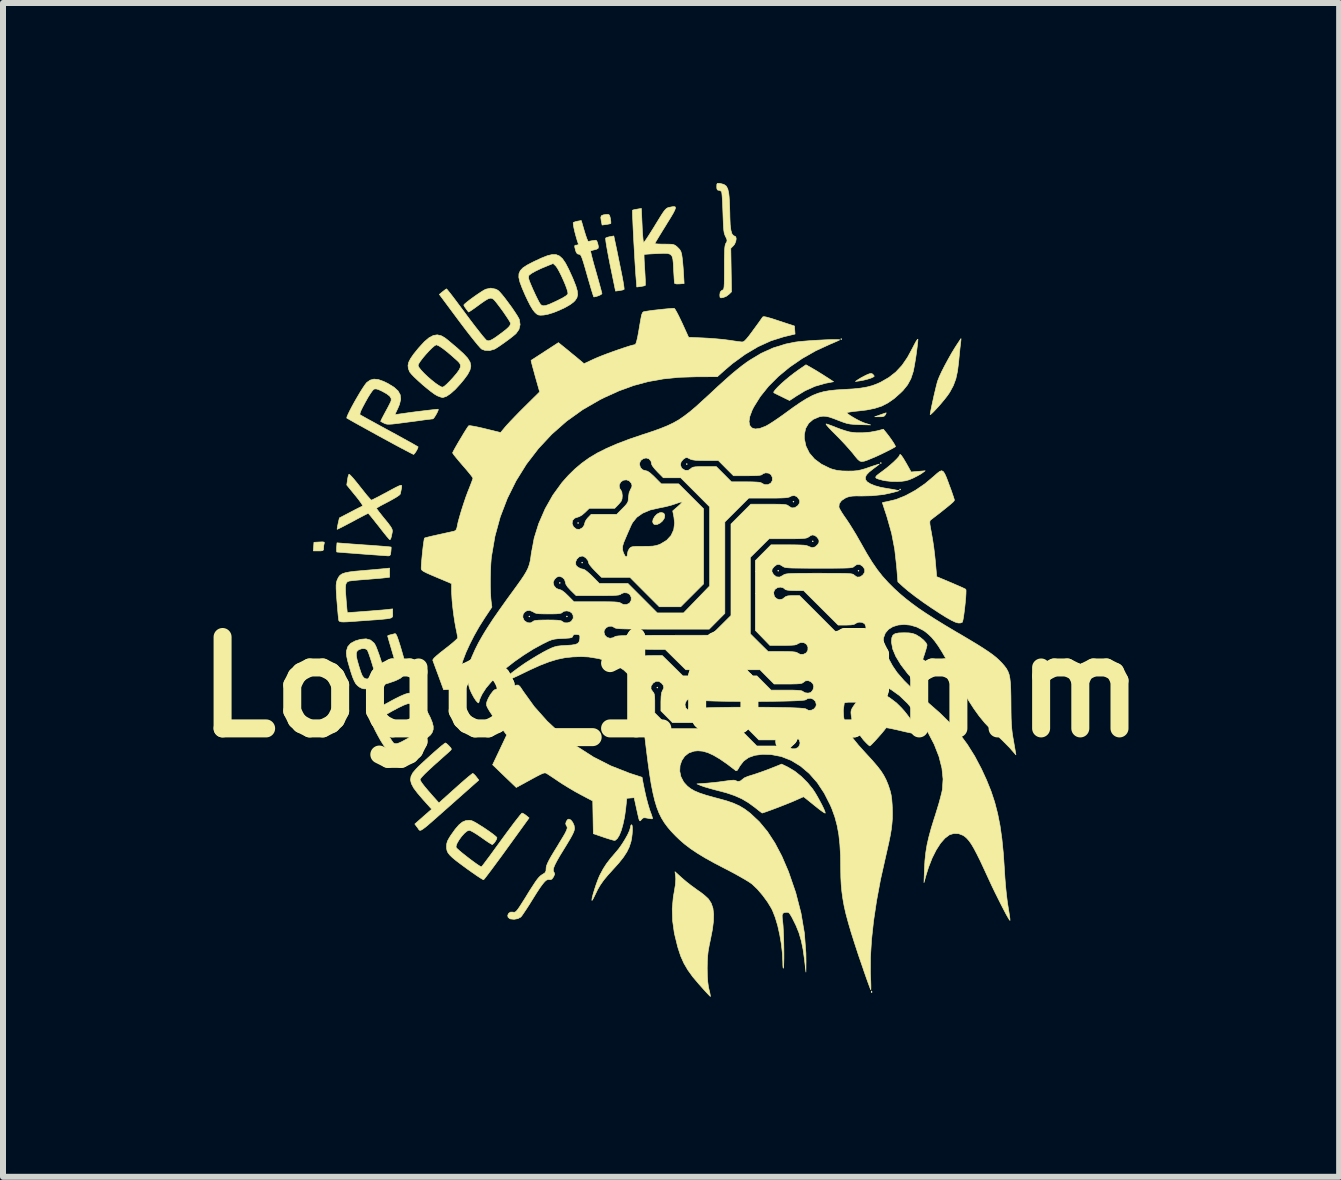
<source format=kicad_pcb>
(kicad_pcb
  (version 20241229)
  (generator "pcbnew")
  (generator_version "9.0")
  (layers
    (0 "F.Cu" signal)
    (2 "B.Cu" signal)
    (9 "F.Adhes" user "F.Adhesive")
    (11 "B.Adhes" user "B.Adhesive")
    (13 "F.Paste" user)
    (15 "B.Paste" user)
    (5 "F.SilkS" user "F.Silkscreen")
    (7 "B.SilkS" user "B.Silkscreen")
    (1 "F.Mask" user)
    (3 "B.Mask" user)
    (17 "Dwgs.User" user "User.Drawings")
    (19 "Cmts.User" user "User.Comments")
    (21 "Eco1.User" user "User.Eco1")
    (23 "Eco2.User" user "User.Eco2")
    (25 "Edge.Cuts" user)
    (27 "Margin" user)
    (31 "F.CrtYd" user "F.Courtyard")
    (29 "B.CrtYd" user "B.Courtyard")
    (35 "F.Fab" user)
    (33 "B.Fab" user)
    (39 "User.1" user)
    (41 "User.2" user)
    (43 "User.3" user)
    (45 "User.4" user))
  (footprint "Logo_16,9mm"
    (layer "F.Cu")
    (at 8.135 8.402)
    (property "Reference" "Logo_16,9mm" (at 0 0 0) (layer "F.SilkS") (effects (font (size 1.524 1.524) (thickness 0.3))))
    (attr through_hole)
    (fp_poly (pts (xy -2.354 -1.177) (xy -2.362 -1.168) (xy -2.371 -1.177) (xy -2.362 -1.185) (xy -2.354 -1.177)) (stroke (width 0.01) (type solid)) (fill yes) (layer "F.SilkS"))
    (fp_poly (pts (xy -1.846 -1.736) (xy -1.854 -1.727) (xy -1.863 -1.736) (xy -1.854 -1.744) (xy -1.846 -1.736)) (stroke (width 0.01) (type solid)) (fill yes) (layer "F.SilkS"))
    (fp_poly (pts (xy -1.727 -1.177) (xy -1.736 -1.168) (xy -1.744 -1.177) (xy -1.736 -1.185) (xy -1.727 -1.177)) (stroke (width 0.01) (type solid)) (fill yes) (layer "F.SilkS"))
    (fp_poly (pts (xy -1.541 -2.735) (xy -1.549 -2.726) (xy -1.558 -2.735) (xy -1.549 -2.743) (xy -1.541 -2.735)) (stroke (width 0.01) (type solid)) (fill yes) (layer "F.SilkS"))
    (fp_poly (pts (xy -1.473 -2.074) (xy -1.482 -2.066) (xy -1.49 -2.074) (xy -1.482 -2.083) (xy -1.473 -2.074)) (stroke (width 0.01) (type solid)) (fill yes) (layer "F.SilkS"))
    (fp_poly (pts (xy -0.22 0.008) (xy -0.229 0.017) (xy -0.237 0.008) (xy -0.229 0) (xy -0.22 0.008)) (stroke (width 0.01) (type solid)) (fill yes) (layer "F.SilkS"))
    (fp_poly (pts (xy 0.271 -3.717) (xy 0.262 -3.708) (xy 0.254 -3.717) (xy 0.262 -3.725) (xy 0.271 -3.717)) (stroke (width 0.01) (type solid)) (fill yes) (layer "F.SilkS"))
    (fp_poly (pts (xy 0.339 0.296) (xy 0.33 0.305) (xy 0.322 0.296) (xy 0.33 0.288) (xy 0.339 0.296)) (stroke (width 0.01) (type solid)) (fill yes) (layer "F.SilkS"))
    (fp_poly (pts (xy 1.795 -1.939) (xy 1.786 -1.93) (xy 1.778 -1.939) (xy 1.786 -1.947) (xy 1.795 -1.939)) (stroke (width 0.01) (type solid)) (fill yes) (layer "F.SilkS"))
    (fp_poly (pts (xy 2.049 -3.09) (xy 2.04 -3.082) (xy 2.032 -3.09) (xy 2.04 -3.099) (xy 2.049 -3.09)) (stroke (width 0.01) (type solid)) (fill yes) (layer "F.SilkS"))
    (fp_poly (pts (xy 2.371 -2.43) (xy 2.362 -2.421) (xy 2.354 -2.43) (xy 2.362 -2.438) (xy 2.371 -2.43)) (stroke (width 0.01) (type solid)) (fill yes) (layer "F.SilkS"))
    (fp_poly (pts (xy 2.845 -5.8) (xy 2.836 -5.791) (xy 2.828 -5.8) (xy 2.836 -5.808) (xy 2.845 -5.8)) (stroke (width 0.01) (type solid)) (fill yes) (layer "F.SilkS"))
    (fp_poly (pts (xy 3.133 -1.939) (xy 3.124 -1.93) (xy 3.116 -1.939) (xy 3.124 -1.947) (xy 3.133 -1.939)) (stroke (width 0.01) (type solid)) (fill yes) (layer "F.SilkS"))
    (fp_poly (pts (xy 3.505 -3.734) (xy 3.497 -3.725) (xy 3.488 -3.734) (xy 3.497 -3.742) (xy 3.505 -3.734)) (stroke (width 0.01) (type solid)) (fill yes) (layer "F.SilkS"))
    (fp_poly (pts (xy 3.827 -3.294) (xy 3.818 -3.285) (xy 3.81 -3.294) (xy 3.818 -3.302) (xy 3.827 -3.294)) (stroke (width 0.01) (type solid)) (fill yes) (layer "F.SilkS"))
    (fp_poly (pts (xy 3.347 5.069) (xy 3.349 5.089) (xy 3.347 5.091) (xy 3.337 5.089) (xy 3.336 5.08) (xy 3.342 5.066) (xy 3.347 5.069)) (stroke (width 0.01) (type solid)) (fill yes) (layer "F.SilkS"))
    (fp_poly (pts (xy 3.583 -4.559) (xy 3.573 -4.538) (xy 3.553 -4.516) (xy 3.518 -4.506) (xy 3.475 -4.505) (xy 3.395 -4.505) (xy 3.488 -4.538) (xy 3.539 -4.556) (xy 3.575 -4.568) (xy 3.586 -4.571) (xy 3.583 -4.559)) (stroke (width 0.01) (type solid)) (fill yes) (layer "F.SilkS"))
    (fp_poly (pts (xy -5.783 -2.416) (xy -5.778 -2.404) (xy -5.781 -2.396) (xy -5.789 -2.358) (xy -5.791 -2.318) (xy -5.793 -2.289) (xy -5.805 -2.275) (xy -5.835 -2.27) (xy -5.877 -2.269) (xy -5.962 -2.269) (xy -5.952 -2.413) (xy -5.861 -2.418) (xy -5.809 -2.42) (xy -5.783 -2.416)) (stroke (width 0.01) (type solid)) (fill yes) (layer "F.SilkS"))
    (fp_poly (pts (xy -0.12 -2.897) (xy -0.106 -2.866) (xy -0.105 -2.857) (xy -0.113 -2.813) (xy -0.141 -2.77) (xy -0.182 -2.734) (xy -0.228 -2.711) (xy -0.27 -2.708) (xy -0.294 -2.721) (xy -0.307 -2.755) (xy -0.298 -2.799) (xy -0.271 -2.844) (xy -0.233 -2.883) (xy -0.188 -2.906) (xy -0.157 -2.909) (xy -0.12 -2.897)) (stroke (width 0.01) (type solid)) (fill yes) (layer "F.SilkS"))
    (fp_poly (pts (xy -1.029 -7.868) (xy -1.017 -7.837) (xy -1.011 -7.809) (xy -1.004 -7.763) (xy -1.003 -7.732) (xy -1.005 -7.727) (xy -1.025 -7.72) (xy -1.067 -7.712) (xy -1.081 -7.71) (xy -1.149 -7.701) (xy -1.164 -7.775) (xy -1.171 -7.827) (xy -1.162 -7.856) (xy -1.13 -7.87) (xy -1.085 -7.877) (xy -1.048 -7.878) (xy -1.029 -7.868)) (stroke (width 0.01) (type solid)) (fill yes) (layer "F.SilkS"))
    (fp_poly (pts (xy 3.357 -5.219) (xy 3.361 -5.216) (xy 3.382 -5.192) (xy 3.387 -5.181) (xy 3.371 -5.168) (xy 3.332 -5.15) (xy 3.276 -5.132) (xy 3.213 -5.116) (xy 3.152 -5.105) (xy 3.15 -5.104) (xy 3.073 -5.094) (xy 3.121 -5.127) (xy 3.165 -5.154) (xy 3.222 -5.184) (xy 3.251 -5.199) (xy 3.303 -5.221) (xy 3.335 -5.227) (xy 3.357 -5.219)) (stroke (width 0.01) (type solid)) (fill yes) (layer "F.SilkS"))
    (fp_poly (pts (xy -0.901 -7.269) (xy -0.866 -7.096) (xy -0.837 -6.954) (xy -0.814 -6.84) (xy -0.798 -6.753) (xy -0.788 -6.691) (xy -0.783 -6.651) (xy -0.782 -6.63) (xy -0.784 -6.628) (xy -0.805 -6.619) (xy -0.847 -6.611) (xy -0.859 -6.609) (xy -0.925 -6.6) (xy -1.015 -7.036) (xy -1.038 -7.153) (xy -1.058 -7.259) (xy -1.074 -7.35) (xy -1.085 -7.42) (xy -1.09 -7.467) (xy -1.09 -7.484) (xy -1.065 -7.496) (xy -1.022 -7.507) (xy -1.014 -7.508) (xy -0.954 -7.519) (xy -0.901 -7.269)) (stroke (width 0.01) (type solid)) (fill yes) (layer "F.SilkS"))
    (fp_poly (pts (xy 2.348 -5.316) (xy 2.41 -5.28) (xy 2.486 -5.233) (xy 2.562 -5.185) (xy 2.578 -5.175) (xy 2.709 -5.09) (xy 2.567 -5.062) (xy 2.401 -5.014) (xy 2.234 -4.939) (xy 2.089 -4.851) (xy 2.037 -4.816) (xy 1.997 -4.79) (xy 1.976 -4.777) (xy 1.975 -4.776) (xy 1.96 -4.784) (xy 1.922 -4.802) (xy 1.867 -4.829) (xy 1.846 -4.84) (xy 1.787 -4.868) (xy 1.741 -4.891) (xy 1.716 -4.904) (xy 1.713 -4.905) (xy 1.713 -4.921) (xy 1.737 -4.954) (xy 1.779 -5) (xy 1.836 -5.055) (xy 1.905 -5.116) (xy 1.98 -5.178) (xy 2.059 -5.239) (xy 2.134 -5.293) (xy 2.249 -5.372) (xy 2.348 -5.316)) (stroke (width 0.01) (type solid)) (fill yes) (layer "F.SilkS"))
    (fp_poly (pts (xy 3.837 -3.863) (xy 3.869 -3.817) (xy 3.915 -3.74) (xy 3.92 -3.732) (xy 4.002 -3.585) (xy 4.236 -3.605) (xy 4.193 -3.572) (xy 4.157 -3.548) (xy 4.101 -3.517) (xy 4.038 -3.485) (xy 4.036 -3.484) (xy 3.968 -3.455) (xy 3.907 -3.438) (xy 3.84 -3.429) (xy 3.776 -3.426) (xy 3.676 -3.427) (xy 3.583 -3.437) (xy 3.533 -3.446) (xy 3.462 -3.465) (xy 3.421 -3.481) (xy 3.41 -3.499) (xy 3.427 -3.524) (xy 3.473 -3.561) (xy 3.517 -3.593) (xy 3.583 -3.643) (xy 3.649 -3.697) (xy 3.71 -3.751) (xy 3.761 -3.801) (xy 3.796 -3.84) (xy 3.81 -3.864) (xy 3.81 -3.864) (xy 3.817 -3.879) (xy 3.837 -3.863)) (stroke (width 0.01) (type solid)) (fill yes) (layer "F.SilkS"))
    (fp_poly (pts (xy -5.455 -2.395) (xy -5.402 -2.391) (xy -5.323 -2.385) (xy -5.225 -2.378) (xy -5.117 -2.37) (xy -5.007 -2.363) (xy -4.904 -2.355) (xy -4.813 -2.348) (xy -4.74 -2.342) (xy -4.69 -2.337) (xy -4.667 -2.334) (xy -4.666 -2.334) (xy -4.665 -2.315) (xy -4.668 -2.275) (xy -4.67 -2.256) (xy -4.676 -2.211) (xy -4.689 -2.191) (xy -4.714 -2.186) (xy -4.722 -2.187) (xy -4.751 -2.189) (xy -4.809 -2.193) (xy -4.889 -2.199) (xy -4.988 -2.206) (xy -5.098 -2.214) (xy -5.165 -2.219) (xy -5.277 -2.228) (xy -5.378 -2.235) (xy -5.463 -2.242) (xy -5.526 -2.247) (xy -5.563 -2.25) (xy -5.571 -2.251) (xy -5.575 -2.267) (xy -5.575 -2.305) (xy -5.574 -2.328) (xy -5.568 -2.404) (xy -5.455 -2.395)) (stroke (width 0.01) (type solid)) (fill yes) (layer "F.SilkS"))
    (fp_poly (pts (xy 3.884 -0.905) (xy 3.965 -0.903) (xy 4.024 -0.894) (xy 4.072 -0.877) (xy 4.089 -0.869) (xy 4.153 -0.829) (xy 4.208 -0.784) (xy 4.248 -0.74) (xy 4.267 -0.704) (xy 4.267 -0.699) (xy 4.261 -0.67) (xy 4.246 -0.616) (xy 4.224 -0.546) (xy 4.197 -0.465) (xy 4.168 -0.381) (xy 4.14 -0.303) (xy 4.114 -0.236) (xy 4.099 -0.199) (xy 4.076 -0.154) (xy 4.056 -0.124) (xy 4.048 -0.119) (xy 4.031 -0.131) (xy 3.999 -0.163) (xy 3.957 -0.209) (xy 3.944 -0.224) (xy 3.83 -0.373) (xy 3.747 -0.51) (xy 3.695 -0.634) (xy 3.675 -0.745) (xy 3.675 -0.76) (xy 3.68 -0.822) (xy 3.698 -0.864) (xy 3.735 -0.89) (xy 3.795 -0.902) (xy 3.883 -0.905) (xy 3.884 -0.905)) (stroke (width 0.01) (type solid)) (fill yes) (layer "F.SilkS"))
    (fp_poly (pts (xy 4.833 -5.793) (xy 4.829 -5.754) (xy 4.824 -5.711) (xy 4.817 -5.653) (xy 4.809 -5.573) (xy 4.8 -5.483) (xy 4.794 -5.417) (xy 4.775 -5.265) (xy 4.747 -5.137) (xy 4.705 -5.024) (xy 4.647 -4.917) (xy 4.633 -4.895) (xy 4.601 -4.85) (xy 4.558 -4.795) (xy 4.509 -4.736) (xy 4.458 -4.677) (xy 4.408 -4.623) (xy 4.366 -4.579) (xy 4.335 -4.55) (xy 4.32 -4.541) (xy 4.319 -4.542) (xy 4.322 -4.568) (xy 4.332 -4.619) (xy 4.346 -4.689) (xy 4.364 -4.771) (xy 4.383 -4.858) (xy 4.403 -4.942) (xy 4.421 -5.017) (xy 4.436 -5.075) (xy 4.445 -5.105) (xy 4.471 -5.171) (xy 4.511 -5.258) (xy 4.562 -5.358) (xy 4.619 -5.463) (xy 4.678 -5.568) (xy 4.736 -5.663) (xy 4.743 -5.674) (xy 4.781 -5.732) (xy 4.811 -5.777) (xy 4.829 -5.804) (xy 4.833 -5.808) (xy 4.833 -5.793)) (stroke (width 0.01) (type solid)) (fill yes) (layer "F.SilkS"))
    (fp_poly (pts (xy -0.65 2.302) (xy -0.645 2.335) (xy -0.644 2.387) (xy -0.648 2.45) (xy -0.656 2.516) (xy -0.668 2.578) (xy -0.67 2.583) (xy -0.697 2.667) (xy -0.737 2.749) (xy -0.793 2.835) (xy -0.869 2.931) (xy -0.968 3.041) (xy -0.969 3.042) (xy -1.055 3.137) (xy -1.122 3.218) (xy -1.176 3.294) (xy -1.222 3.372) (xy -1.266 3.463) (xy -1.274 3.479) (xy -1.297 3.526) (xy -1.313 3.553) (xy -1.32 3.555) (xy -1.32 3.554) (xy -1.315 3.514) (xy -1.299 3.451) (xy -1.276 3.375) (xy -1.249 3.293) (xy -1.22 3.214) (xy -1.193 3.148) (xy -1.183 3.128) (xy -1.13 3.029) (xy -1.073 2.941) (xy -1.004 2.852) (xy -0.92 2.754) (xy -0.867 2.69) (xy -0.814 2.614) (xy -0.764 2.534) (xy -0.722 2.458) (xy -0.692 2.392) (xy -0.678 2.343) (xy -0.677 2.336) (xy -0.669 2.304) (xy -0.66 2.294) (xy -0.65 2.302)) (stroke (width 0.01) (type solid)) (fill yes) (layer "F.SilkS"))
    (fp_poly (pts (xy 2.61 -4.38) (xy 2.657 -4.363) (xy 2.719 -4.34) (xy 2.747 -4.328) (xy 2.826 -4.298) (xy 2.908 -4.271) (xy 2.977 -4.252) (xy 2.989 -4.25) (xy 3.085 -4.239) (xy 3.2 -4.239) (xy 3.32 -4.249) (xy 3.432 -4.27) (xy 3.45 -4.274) (xy 3.539 -4.298) (xy 3.596 -4.228) (xy 3.638 -4.173) (xy 3.678 -4.117) (xy 3.712 -4.066) (xy 3.734 -4.027) (xy 3.741 -4.008) (xy 3.741 -4.007) (xy 3.713 -3.99) (xy 3.662 -3.962) (xy 3.596 -3.929) (xy 3.524 -3.893) (xy 3.452 -3.859) (xy 3.39 -3.831) (xy 3.36 -3.819) (xy 3.278 -3.785) (xy 3.22 -3.765) (xy 3.178 -3.759) (xy 3.145 -3.768) (xy 3.112 -3.796) (xy 3.072 -3.843) (xy 3.034 -3.892) (xy 2.975 -3.961) (xy 2.901 -4.044) (xy 2.82 -4.13) (xy 2.743 -4.208) (xy 2.739 -4.212) (xy 2.678 -4.273) (xy 2.63 -4.324) (xy 2.597 -4.362) (xy 2.583 -4.383) (xy 2.585 -4.386) (xy 2.61 -4.38)) (stroke (width 0.01) (type solid)) (fill yes) (layer "F.SilkS"))
    (fp_poly (pts (xy 0.181 3.182) (xy 0.251 3.242) (xy 0.334 3.307) (xy 0.416 3.367) (xy 0.437 3.382) (xy 0.504 3.429) (xy 0.564 3.477) (xy 0.61 3.519) (xy 0.625 3.534) (xy 0.669 3.603) (xy 0.698 3.685) (xy 0.71 3.784) (xy 0.707 3.903) (xy 0.689 4.045) (xy 0.658 4.203) (xy 0.635 4.313) (xy 0.619 4.403) (xy 0.61 4.486) (xy 0.605 4.575) (xy 0.603 4.682) (xy 0.605 4.811) (xy 0.612 4.913) (xy 0.623 4.996) (xy 0.632 5.036) (xy 0.646 5.094) (xy 0.654 5.137) (xy 0.656 5.157) (xy 0.656 5.158) (xy 0.644 5.147) (xy 0.613 5.115) (xy 0.568 5.067) (xy 0.512 5.004) (xy 0.469 4.956) (xy 0.363 4.831) (xy 0.28 4.716) (xy 0.215 4.605) (xy 0.162 4.487) (xy 0.118 4.354) (xy 0.11 4.327) (xy 0.055 4.102) (xy 0.026 3.893) (xy 0.02 3.694) (xy 0.038 3.498) (xy 0.052 3.421) (xy 0.072 3.298) (xy 0.079 3.203) (xy 0.077 3.16) (xy 0.066 3.078) (xy 0.181 3.182)) (stroke (width 0.01) (type solid)) (fill yes) (layer "F.SilkS"))
    (fp_poly (pts (xy 3.398 0.078) (xy 3.516 0.11) (xy 3.636 0.173) (xy 3.756 0.263) (xy 3.837 0.343) (xy 3.89 0.402) (xy 3.945 0.472) (xy 3.999 0.545) (xy 4.049 0.616) (xy 4.091 0.681) (xy 4.121 0.734) (xy 4.136 0.77) (xy 4.135 0.782) (xy 4.114 0.784) (xy 4.064 0.778) (xy 3.99 0.764) (xy 3.896 0.744) (xy 3.855 0.734) (xy 3.766 0.713) (xy 3.688 0.696) (xy 3.629 0.684) (xy 3.593 0.679) (xy 3.585 0.679) (xy 3.555 0.718) (xy 3.514 0.768) (xy 3.465 0.824) (xy 3.416 0.879) (xy 3.371 0.927) (xy 3.336 0.963) (xy 3.315 0.98) (xy 3.313 0.981) (xy 3.293 0.968) (xy 3.259 0.936) (xy 3.215 0.89) (xy 3.202 0.875) (xy 3.119 0.764) (xy 3.055 0.648) (xy 3.014 0.534) (xy 3.003 0.471) (xy 2.999 0.43) (xy 3.001 0.398) (xy 3.011 0.368) (xy 3.033 0.33) (xy 3.07 0.277) (xy 3.101 0.234) (xy 3.15 0.169) (xy 3.185 0.126) (xy 3.213 0.1) (xy 3.24 0.086) (xy 3.272 0.079) (xy 3.285 0.077) (xy 3.398 0.078)) (stroke (width 0.01) (type solid)) (fill yes) (layer "F.SilkS"))
    (fp_poly (pts (xy -1.445 -7.601) (xy -1.423 -7.53) (xy -1.403 -7.473) (xy -1.387 -7.437) (xy -1.379 -7.428) (xy -1.353 -7.433) (xy -1.31 -7.441) (xy -1.301 -7.442) (xy -1.26 -7.448) (xy -1.239 -7.439) (xy -1.226 -7.407) (xy -1.221 -7.39) (xy -1.21 -7.34) (xy -1.216 -7.312) (xy -1.245 -7.296) (xy -1.274 -7.289) (xy -1.315 -7.279) (xy -1.339 -7.271) (xy -1.34 -7.271) (xy -1.339 -7.254) (xy -1.329 -7.209) (xy -1.312 -7.141) (xy -1.289 -7.055) (xy -1.261 -6.957) (xy -1.251 -6.922) (xy -1.222 -6.819) (xy -1.196 -6.726) (xy -1.175 -6.649) (xy -1.16 -6.592) (xy -1.152 -6.562) (xy -1.152 -6.558) (xy -1.166 -6.543) (xy -1.201 -6.526) (xy -1.243 -6.511) (xy -1.282 -6.503) (xy -1.287 -6.503) (xy -1.294 -6.518) (xy -1.308 -6.561) (xy -1.329 -6.628) (xy -1.354 -6.714) (xy -1.383 -6.813) (xy -1.396 -6.858) (xy -1.429 -6.975) (xy -1.455 -7.063) (xy -1.475 -7.126) (xy -1.491 -7.169) (xy -1.504 -7.195) (xy -1.516 -7.209) (xy -1.529 -7.213) (xy -1.535 -7.214) (xy -1.563 -7.222) (xy -1.582 -7.251) (xy -1.591 -7.277) (xy -1.604 -7.328) (xy -1.606 -7.355) (xy -1.595 -7.365) (xy -1.573 -7.366) (xy -1.547 -7.374) (xy -1.545 -7.387) (xy -1.565 -7.446) (xy -1.585 -7.515) (xy -1.604 -7.586) (xy -1.619 -7.652) (xy -1.628 -7.705) (xy -1.631 -7.737) (xy -1.629 -7.742) (xy -1.603 -7.754) (xy -1.56 -7.765) (xy -1.555 -7.766) (xy -1.496 -7.776) (xy -1.445 -7.601)) (stroke (width 0.01) (type solid)) (fill yes) (layer "F.SilkS"))
    (fp_poly (pts (xy 1.959 1.341) (xy 2.064 1.404) (xy 2.172 1.491) (xy 2.275 1.594) (xy 2.362 1.701) (xy 2.399 1.757) (xy 2.439 1.824) (xy 2.479 1.897) (xy 2.516 1.967) (xy 2.546 2.029) (xy 2.565 2.076) (xy 2.571 2.101) (xy 2.571 2.101) (xy 2.556 2.097) (xy 2.521 2.074) (xy 2.47 2.037) (xy 2.408 1.987) (xy 2.39 1.973) (xy 2.325 1.92) (xy 2.27 1.876) (xy 2.23 1.844) (xy 2.21 1.829) (xy 2.209 1.829) (xy 2.192 1.835) (xy 2.152 1.853) (xy 2.096 1.878) (xy 2.071 1.889) (xy 2.023 1.91) (xy 1.956 1.937) (xy 1.878 1.968) (xy 1.794 2.001) (xy 1.712 2.032) (xy 1.636 2.06) (xy 1.575 2.082) (xy 1.533 2.096) (xy 1.519 2.1) (xy 1.504 2.09) (xy 1.469 2.063) (xy 1.421 2.025) (xy 1.396 2.005) (xy 1.289 1.927) (xy 1.179 1.862) (xy 1.059 1.809) (xy 0.92 1.762) (xy 0.806 1.732) (xy 0.714 1.708) (xy 0.629 1.684) (xy 0.557 1.663) (xy 0.509 1.646) (xy 0.5 1.643) (xy 0.432 1.614) (xy 0.599 1.602) (xy 0.694 1.593) (xy 0.797 1.582) (xy 0.89 1.569) (xy 0.912 1.566) (xy 0.994 1.555) (xy 1.049 1.552) (xy 1.074 1.558) (xy 1.111 1.574) (xy 1.154 1.567) (xy 1.188 1.541) (xy 1.22 1.515) (xy 1.28 1.489) (xy 1.338 1.471) (xy 1.407 1.449) (xy 1.495 1.419) (xy 1.589 1.385) (xy 1.654 1.36) (xy 1.844 1.284) (xy 1.959 1.341)) (stroke (width 0.01) (type solid)) (fill yes) (layer "F.SilkS"))
    (fp_poly (pts (xy -3.742 0.942) (xy -3.711 0.97) (xy -3.7 0.982) (xy -3.67 1.015) (xy -3.661 1.035) (xy -3.672 1.053) (xy -3.684 1.064) (xy -3.707 1.085) (xy -3.75 1.124) (xy -3.81 1.177) (xy -3.88 1.24) (xy -3.95 1.302) (xy -4.038 1.383) (xy -4.107 1.449) (xy -4.155 1.5) (xy -4.18 1.533) (xy -4.183 1.542) (xy -4.175 1.564) (xy -4.152 1.6) (xy -4.111 1.654) (xy -4.051 1.725) (xy -3.97 1.818) (xy -3.926 1.867) (xy -3.869 1.931) (xy -3.595 1.685) (xy -3.514 1.613) (xy -3.441 1.549) (xy -3.38 1.497) (xy -3.334 1.46) (xy -3.309 1.441) (xy -3.305 1.439) (xy -3.286 1.452) (xy -3.257 1.482) (xy -3.247 1.495) (xy -3.204 1.551) (xy -3.652 1.948) (xy -3.782 2.063) (xy -3.888 2.157) (xy -3.973 2.232) (xy -4.041 2.291) (xy -4.092 2.334) (xy -4.131 2.363) (xy -4.158 2.381) (xy -4.177 2.388) (xy -4.191 2.387) (xy -4.201 2.379) (xy -4.21 2.366) (xy -4.221 2.349) (xy -4.225 2.344) (xy -4.271 2.283) (xy -4.18 2.203) (xy -4.126 2.155) (xy -4.074 2.11) (xy -4.039 2.079) (xy -3.989 2.036) (xy -4.139 1.869) (xy -4.227 1.766) (xy -4.29 1.682) (xy -4.328 1.61) (xy -4.343 1.547) (xy -4.334 1.488) (xy -4.303 1.428) (xy -4.249 1.365) (xy -4.213 1.328) (xy -4.155 1.273) (xy -4.088 1.211) (xy -4.017 1.147) (xy -3.947 1.084) (xy -3.881 1.027) (xy -3.826 0.98) (xy -3.784 0.947) (xy -3.763 0.932) (xy -3.761 0.931) (xy -3.742 0.942)) (stroke (width 0.01) (type solid)) (fill yes) (layer "F.SilkS"))
    (fp_poly (pts (xy 0.807 -8.396) (xy 0.824 -8.393) (xy 0.881 -8.378) (xy 0.921 -8.349) (xy 0.946 -8.302) (xy 0.962 -8.23) (xy 0.968 -8.174) (xy 0.973 -8.097) (xy 0.977 -8) (xy 0.98 -7.899) (xy 0.981 -7.835) (xy 0.986 -7.708) (xy 0.998 -7.613) (xy 1.017 -7.551) (xy 1.045 -7.521) (xy 1.057 -7.518) (xy 1.079 -7.505) (xy 1.086 -7.472) (xy 1.079 -7.428) (xy 1.06 -7.383) (xy 1.04 -7.357) (xy 0.996 -7.313) (xy 1.002 -6.951) (xy 1.008 -6.588) (xy 0.965 -6.546) (xy 0.919 -6.512) (xy 0.868 -6.492) (xy 0.831 -6.487) (xy 0.816 -6.498) (xy 0.813 -6.533) (xy 0.813 -6.539) (xy 0.82 -6.584) (xy 0.844 -6.61) (xy 0.851 -6.613) (xy 0.863 -6.619) (xy 0.873 -6.628) (xy 0.88 -6.645) (xy 0.884 -6.674) (xy 0.887 -6.72) (xy 0.888 -6.785) (xy 0.889 -6.877) (xy 0.889 -6.994) (xy 0.889 -7.119) (xy 0.891 -7.214) (xy 0.893 -7.284) (xy 0.897 -7.334) (xy 0.903 -7.368) (xy 0.911 -7.391) (xy 0.916 -7.4) (xy 0.932 -7.429) (xy 0.933 -7.454) (xy 0.918 -7.491) (xy 0.909 -7.508) (xy 0.897 -7.535) (xy 0.887 -7.566) (xy 0.88 -7.608) (xy 0.875 -7.664) (xy 0.871 -7.741) (xy 0.867 -7.844) (xy 0.865 -7.906) (xy 0.861 -8.01) (xy 0.857 -8.102) (xy 0.852 -8.178) (xy 0.847 -8.232) (xy 0.842 -8.258) (xy 0.841 -8.259) (xy 0.815 -8.277) (xy 0.795 -8.28) (xy 0.772 -8.287) (xy 0.763 -8.313) (xy 0.762 -8.342) (xy 0.764 -8.382) (xy 0.775 -8.397) (xy 0.807 -8.396)) (stroke (width 0.01) (type solid)) (fill yes) (layer "F.SilkS"))
    (fp_poly (pts (xy -3.831 -5.856) (xy -3.77 -5.821) (xy -3.737 -5.796) (xy -3.685 -5.753) (xy -3.622 -5.7) (xy -3.554 -5.643) (xy -3.553 -5.641) (xy -3.458 -5.555) (xy -3.39 -5.482) (xy -3.35 -5.416) (xy -3.337 -5.352) (xy -3.351 -5.285) (xy -3.39 -5.21) (xy -3.456 -5.121) (xy -3.511 -5.055) (xy -3.596 -4.962) (xy -3.675 -4.892) (xy -3.743 -4.846) (xy -3.799 -4.827) (xy -3.808 -4.826) (xy -3.841 -4.834) (xy -3.886 -4.851) (xy -3.898 -4.856) (xy -3.942 -4.882) (xy -4.001 -4.925) (xy -4.07 -4.98) (xy -4.143 -5.041) (xy -4.214 -5.105) (xy -4.277 -5.164) (xy -4.326 -5.215) (xy -4.356 -5.252) (xy -4.359 -5.258) (xy -4.379 -5.31) (xy -4.384 -5.361) (xy -4.384 -5.361) (xy -4.216 -5.361) (xy -4.204 -5.331) (xy -4.169 -5.286) (xy -4.118 -5.231) (xy -4.057 -5.173) (xy -3.991 -5.116) (xy -3.927 -5.065) (xy -3.87 -5.026) (xy -3.826 -5.002) (xy -3.805 -4.999) (xy -3.78 -5.013) (xy -3.739 -5.048) (xy -3.688 -5.099) (xy -3.637 -5.154) (xy -3.572 -5.23) (xy -3.53 -5.289) (xy -3.51 -5.334) (xy -3.51 -5.371) (xy -3.528 -5.404) (xy -3.552 -5.43) (xy -3.65 -5.518) (xy -3.737 -5.592) (xy -3.811 -5.649) (xy -3.869 -5.687) (xy -3.907 -5.703) (xy -3.914 -5.704) (xy -3.943 -5.688) (xy -3.985 -5.652) (xy -4.036 -5.601) (xy -4.089 -5.543) (xy -4.14 -5.483) (xy -4.181 -5.428) (xy -4.209 -5.384) (xy -4.216 -5.361) (xy -4.384 -5.361) (xy -4.373 -5.413) (xy -4.343 -5.473) (xy -4.293 -5.546) (xy -4.221 -5.635) (xy -4.199 -5.661) (xy -4.111 -5.757) (xy -4.033 -5.823) (xy -3.963 -5.86) (xy -3.897 -5.871) (xy -3.831 -5.856)) (stroke (width 0.01) (type solid)) (fill yes) (layer "F.SilkS"))
    (fp_poly (pts (xy -1.916 -7.208) (xy -1.86 -7.185) (xy -1.809 -7.139) (xy -1.759 -7.066) (xy -1.707 -6.966) (xy -1.648 -6.837) (xy -1.627 -6.788) (xy -1.586 -6.684) (xy -1.563 -6.604) (xy -1.557 -6.541) (xy -1.569 -6.489) (xy -1.599 -6.444) (xy -1.623 -6.419) (xy -1.683 -6.374) (xy -1.765 -6.327) (xy -1.861 -6.282) (xy -1.96 -6.242) (xy -2.051 -6.214) (xy -2.121 -6.201) (xy -2.177 -6.198) (xy -2.213 -6.203) (xy -2.243 -6.221) (xy -2.274 -6.251) (xy -2.307 -6.294) (xy -2.348 -6.363) (xy -2.394 -6.454) (xy -2.429 -6.528) (xy -2.482 -6.651) (xy -2.519 -6.75) (xy -2.537 -6.828) (xy -2.537 -6.838) (xy -2.376 -6.838) (xy -2.374 -6.81) (xy -2.361 -6.768) (xy -2.336 -6.707) (xy -2.299 -6.621) (xy -2.297 -6.618) (xy -2.261 -6.539) (xy -2.226 -6.468) (xy -2.198 -6.414) (xy -2.178 -6.382) (xy -2.177 -6.38) (xy -2.155 -6.362) (xy -2.129 -6.355) (xy -2.091 -6.359) (xy -2.037 -6.377) (xy -1.962 -6.41) (xy -1.892 -6.443) (xy -1.807 -6.486) (xy -1.749 -6.522) (xy -1.721 -6.549) (xy -1.719 -6.554) (xy -1.721 -6.584) (xy -1.736 -6.636) (xy -1.761 -6.704) (xy -1.793 -6.779) (xy -1.828 -6.856) (xy -1.863 -6.926) (xy -1.895 -6.983) (xy -1.921 -7.019) (xy -1.925 -7.023) (xy -1.965 -7.06) (xy -2.045 -7.028) (xy -2.163 -6.979) (xy -2.257 -6.934) (xy -2.325 -6.896) (xy -2.364 -6.866) (xy -2.371 -6.858) (xy -2.376 -6.838) (xy -2.537 -6.838) (xy -2.535 -6.89) (xy -2.512 -6.942) (xy -2.467 -6.989) (xy -2.398 -7.034) (xy -2.304 -7.083) (xy -2.273 -7.098) (xy -2.157 -7.152) (xy -2.061 -7.19) (xy -1.982 -7.209) (xy -1.916 -7.208)) (stroke (width 0.01) (type solid)) (fill yes) (layer "F.SilkS"))
    (fp_poly (pts (xy 4.536 -3.594) (xy 4.561 -3.558) (xy 4.589 -3.496) (xy 4.624 -3.404) (xy 4.633 -3.378) (xy 4.665 -3.293) (xy 4.691 -3.218) (xy 4.711 -3.159) (xy 4.722 -3.123) (xy 4.723 -3.116) (xy 4.718 -3.104) (xy 4.703 -3.086) (xy 4.674 -3.06) (xy 4.629 -3.022) (xy 4.566 -2.971) (xy 4.482 -2.904) (xy 4.374 -2.821) (xy 4.326 -2.784) (xy 4.317 -2.772) (xy 4.313 -2.75) (xy 4.315 -2.714) (xy 4.324 -2.656) (xy 4.34 -2.573) (xy 4.343 -2.554) (xy 4.361 -2.452) (xy 4.379 -2.332) (xy 4.394 -2.208) (xy 4.406 -2.094) (xy 4.406 -2.091) (xy 4.428 -1.84) (xy 4.665 -1.741) (xy 4.748 -1.705) (xy 4.82 -1.674) (xy 4.875 -1.649) (xy 4.907 -1.633) (xy 4.913 -1.629) (xy 4.917 -1.607) (xy 4.916 -1.56) (xy 4.912 -1.492) (xy 4.905 -1.413) (xy 4.896 -1.329) (xy 4.886 -1.247) (xy 4.876 -1.174) (xy 4.866 -1.118) (xy 4.857 -1.085) (xy 4.854 -1.08) (xy 4.823 -1.068) (xy 4.785 -1.068) (xy 4.736 -1.083) (xy 4.671 -1.114) (xy 4.586 -1.162) (xy 4.496 -1.218) (xy 4.349 -1.314) (xy 4.207 -1.411) (xy 4.076 -1.506) (xy 3.962 -1.594) (xy 3.871 -1.671) (xy 3.859 -1.682) (xy 3.781 -1.754) (xy 3.76 -2.013) (xy 3.728 -2.297) (xy 3.677 -2.562) (xy 3.604 -2.821) (xy 3.591 -2.863) (xy 3.565 -2.941) (xy 3.544 -3.006) (xy 3.529 -3.052) (xy 3.522 -3.073) (xy 3.522 -3.073) (xy 3.537 -3.078) (xy 3.575 -3.086) (xy 3.599 -3.09) (xy 3.749 -3.126) (xy 3.908 -3.19) (xy 4.072 -3.279) (xy 4.234 -3.39) (xy 4.386 -3.518) (xy 4.439 -3.565) (xy 4.479 -3.595) (xy 4.51 -3.606) (xy 4.536 -3.594)) (stroke (width 0.01) (type solid)) (fill yes) (layer "F.SilkS"))
    (fp_poly (pts (xy -4.691 -1.831) (xy -4.763 -1.822) (xy -4.806 -1.817) (xy -4.874 -1.811) (xy -4.96 -1.804) (xy -5.053 -1.796) (xy -5.08 -1.794) (xy -5.171 -1.787) (xy -5.252 -1.78) (xy -5.316 -1.773) (xy -5.357 -1.768) (xy -5.364 -1.767) (xy -5.392 -1.756) (xy -5.411 -1.737) (xy -5.423 -1.704) (xy -5.427 -1.653) (xy -5.425 -1.578) (xy -5.417 -1.475) (xy -5.417 -1.47) (xy -5.41 -1.387) (xy -5.404 -1.317) (xy -5.399 -1.267) (xy -5.396 -1.243) (xy -5.396 -1.242) (xy -5.379 -1.242) (xy -5.334 -1.245) (xy -5.268 -1.249) (xy -5.187 -1.255) (xy -5.096 -1.262) (xy -5.003 -1.269) (xy -4.912 -1.277) (xy -4.83 -1.283) (xy -4.763 -1.289) (xy -4.718 -1.294) (xy -4.712 -1.295) (xy -4.64 -1.303) (xy -4.64 -1.228) (xy -4.639 -1.202) (xy -4.64 -1.181) (xy -4.647 -1.166) (xy -4.662 -1.154) (xy -4.691 -1.145) (xy -4.736 -1.138) (xy -4.802 -1.131) (xy -4.892 -1.123) (xy -5.01 -1.115) (xy -5.08 -1.11) (xy -5.216 -1.1) (xy -5.322 -1.092) (xy -5.401 -1.087) (xy -5.459 -1.085) (xy -5.497 -1.087) (xy -5.521 -1.093) (xy -5.534 -1.103) (xy -5.54 -1.117) (xy -5.542 -1.137) (xy -5.544 -1.156) (xy -5.549 -1.199) (xy -5.555 -1.267) (xy -5.562 -1.353) (xy -5.57 -1.446) (xy -5.572 -1.474) (xy -5.579 -1.574) (xy -5.582 -1.647) (xy -5.582 -1.699) (xy -5.578 -1.738) (xy -5.57 -1.77) (xy -5.563 -1.788) (xy -5.543 -1.83) (xy -5.518 -1.862) (xy -5.482 -1.887) (xy -5.43 -1.905) (xy -5.359 -1.919) (xy -5.263 -1.931) (xy -5.158 -1.94) (xy -5.057 -1.949) (xy -4.959 -1.957) (xy -4.874 -1.965) (xy -4.809 -1.971) (xy -4.788 -1.973) (xy -4.691 -1.983) (xy -4.691 -1.831)) (stroke (width 0.01) (type solid)) (fill yes) (layer "F.SilkS"))
    (fp_poly (pts (xy -1.67 2.216) (xy -1.639 2.255) (xy -1.616 2.306) (xy -1.609 2.353) (xy -1.612 2.381) (xy -1.624 2.418) (xy -1.647 2.466) (xy -1.682 2.53) (xy -1.733 2.615) (xy -1.786 2.702) (xy -1.855 2.814) (xy -1.905 2.902) (xy -1.939 2.969) (xy -1.958 3.018) (xy -1.963 3.054) (xy -1.956 3.08) (xy -1.947 3.093) (xy -1.94 3.119) (xy -1.958 3.163) (xy -1.959 3.164) (xy -1.986 3.201) (xy -2.013 3.211) (xy -2.027 3.209) (xy -2.051 3.208) (xy -2.077 3.218) (xy -2.106 3.243) (xy -2.142 3.286) (xy -2.187 3.348) (xy -2.244 3.435) (xy -2.31 3.541) (xy -2.364 3.628) (xy -2.414 3.705) (xy -2.457 3.769) (xy -2.488 3.814) (xy -2.505 3.834) (xy -2.553 3.86) (xy -2.616 3.871) (xy -2.676 3.865) (xy -2.688 3.861) (xy -2.717 3.836) (xy -2.722 3.803) (xy -2.706 3.771) (xy -2.675 3.751) (xy -2.638 3.751) (xy -2.618 3.754) (xy -2.6 3.751) (xy -2.581 3.737) (xy -2.556 3.708) (xy -2.524 3.662) (xy -2.48 3.593) (xy -2.43 3.514) (xy -2.361 3.401) (xy -2.305 3.315) (xy -2.262 3.249) (xy -2.228 3.202) (xy -2.2 3.169) (xy -2.176 3.146) (xy -2.153 3.129) (xy -2.142 3.123) (xy -2.102 3.096) (xy -2.085 3.066) (xy -2.083 3.035) (xy -2.081 3.006) (xy -2.073 2.973) (xy -2.057 2.934) (xy -2.032 2.883) (xy -1.995 2.817) (xy -1.943 2.731) (xy -1.875 2.621) (xy -1.871 2.613) (xy -1.813 2.518) (xy -1.771 2.447) (xy -1.745 2.395) (xy -1.732 2.359) (xy -1.731 2.334) (xy -1.74 2.315) (xy -1.747 2.307) (xy -1.756 2.277) (xy -1.746 2.24) (xy -1.725 2.21) (xy -1.703 2.201) (xy -1.67 2.216)) (stroke (width 0.01) (type solid)) (fill yes) (layer "F.SilkS"))
    (fp_poly (pts (xy -4.295 0.115) (xy -4.231 0.157) (xy -4.17 0.228) (xy -4.135 0.283) (xy -4.065 0.406) (xy -4.014 0.506) (xy -3.981 0.587) (xy -3.964 0.652) (xy -3.964 0.705) (xy -3.978 0.751) (xy -4.006 0.794) (xy -4.012 0.8) (xy -4.045 0.829) (xy -4.101 0.868) (xy -4.173 0.915) (xy -4.255 0.963) (xy -4.338 1.011) (xy -4.417 1.052) (xy -4.476 1.079) (xy -4.556 1.1) (xy -4.636 1.096) (xy -4.705 1.07) (xy -4.722 1.058) (xy -4.755 1.021) (xy -4.797 0.96) (xy -4.844 0.885) (xy -4.89 0.802) (xy -4.933 0.72) (xy -4.967 0.647) (xy -4.987 0.589) (xy -4.991 0.571) (xy -4.992 0.553) (xy -4.826 0.553) (xy -4.818 0.584) (xy -4.797 0.635) (xy -4.766 0.698) (xy -4.73 0.766) (xy -4.693 0.831) (xy -4.659 0.887) (xy -4.632 0.925) (xy -4.618 0.937) (xy -4.596 0.944) (xy -4.571 0.943) (xy -4.538 0.933) (xy -4.491 0.912) (xy -4.426 0.877) (xy -4.349 0.834) (xy -4.273 0.79) (xy -4.207 0.749) (xy -4.158 0.715) (xy -4.131 0.692) (xy -4.129 0.688) (xy -4.127 0.655) (xy -4.143 0.603) (xy -4.171 0.538) (xy -4.208 0.467) (xy -4.25 0.399) (xy -4.292 0.339) (xy -4.331 0.295) (xy -4.363 0.274) (xy -4.366 0.274) (xy -4.397 0.28) (xy -4.451 0.3) (xy -4.519 0.332) (xy -4.568 0.357) (xy -4.663 0.408) (xy -4.732 0.448) (xy -4.778 0.479) (xy -4.807 0.503) (xy -4.821 0.526) (xy -4.826 0.548) (xy -4.826 0.553) (xy -4.992 0.553) (xy -4.994 0.52) (xy -4.984 0.474) (xy -4.959 0.431) (xy -4.917 0.387) (xy -4.853 0.34) (xy -4.766 0.286) (xy -4.651 0.223) (xy -4.6 0.196) (xy -4.509 0.151) (xy -4.434 0.119) (xy -4.38 0.103) (xy -4.365 0.102) (xy -4.295 0.115)) (stroke (width 0.01) (type solid)) (fill yes) (layer "F.SilkS"))
    (fp_poly (pts (xy -2.458 2.111) (xy -2.422 2.135) (xy -2.415 2.141) (xy -2.366 2.181) (xy -2.737 2.694) (xy -2.821 2.81) (xy -2.9 2.917) (xy -2.97 3.012) (xy -3.03 3.092) (xy -3.077 3.154) (xy -3.109 3.195) (xy -3.124 3.211) (xy -3.125 3.211) (xy -3.143 3.204) (xy -3.184 3.179) (xy -3.243 3.14) (xy -3.315 3.09) (xy -3.387 3.039) (xy -3.496 2.959) (xy -3.581 2.895) (xy -3.644 2.843) (xy -3.689 2.799) (xy -3.718 2.762) (xy -3.734 2.726) (xy -3.741 2.69) (xy -3.742 2.661) (xy -3.739 2.612) (xy -3.726 2.567) (xy -3.698 2.515) (xy -3.67 2.471) (xy -3.598 2.37) (xy -3.536 2.298) (xy -3.478 2.25) (xy -3.421 2.226) (xy -3.362 2.221) (xy -3.329 2.225) (xy -3.297 2.238) (xy -3.246 2.266) (xy -3.182 2.306) (xy -3.111 2.351) (xy -3.042 2.398) (xy -2.979 2.443) (xy -2.932 2.48) (xy -2.905 2.505) (xy -2.903 2.507) (xy -2.906 2.53) (xy -2.924 2.565) (xy -2.949 2.599) (xy -2.973 2.622) (xy -2.981 2.625) (xy -3 2.615) (xy -3.041 2.59) (xy -3.097 2.552) (xy -3.162 2.506) (xy -3.229 2.46) (xy -3.29 2.422) (xy -3.338 2.396) (xy -3.364 2.388) (xy -3.401 2.401) (xy -3.445 2.438) (xy -3.491 2.489) (xy -3.533 2.547) (xy -3.566 2.603) (xy -3.583 2.651) (xy -3.582 2.674) (xy -3.566 2.692) (xy -3.529 2.726) (xy -3.476 2.77) (xy -3.413 2.82) (xy -3.347 2.871) (xy -3.282 2.919) (xy -3.226 2.959) (xy -3.184 2.986) (xy -3.161 2.997) (xy -3.161 2.997) (xy -3.149 2.984) (xy -3.12 2.947) (xy -3.076 2.888) (xy -3.019 2.812) (xy -2.953 2.721) (xy -2.878 2.618) (xy -2.827 2.548) (xy -2.748 2.44) (xy -2.675 2.342) (xy -2.611 2.256) (xy -2.556 2.186) (xy -2.515 2.134) (xy -2.49 2.106) (xy -2.483 2.1) (xy -2.458 2.111)) (stroke (width 0.01) (type solid)) (fill yes) (layer "F.SilkS"))
    (fp_poly (pts (xy -5.353 -3.538) (xy -5.321 -3.506) (xy -5.277 -3.455) (xy -5.223 -3.389) (xy -5.181 -3.336) (xy -5.123 -3.263) (xy -5.072 -3.199) (xy -5.03 -3.151) (xy -5.004 -3.122) (xy -4.995 -3.116) (xy -4.976 -3.123) (xy -4.933 -3.145) (xy -4.871 -3.176) (xy -4.797 -3.216) (xy -4.764 -3.233) (xy -4.665 -3.287) (xy -4.593 -3.325) (xy -4.542 -3.35) (xy -4.511 -3.362) (xy -4.494 -3.362) (xy -4.489 -3.352) (xy -4.49 -3.333) (xy -4.494 -3.309) (xy -4.504 -3.259) (xy -4.513 -3.22) (xy -4.514 -3.215) (xy -4.532 -3.197) (xy -4.573 -3.169) (xy -4.634 -3.133) (xy -4.706 -3.093) (xy -4.716 -3.088) (xy -4.789 -3.05) (xy -4.849 -3.018) (xy -4.891 -2.993) (xy -4.91 -2.981) (xy -4.91 -2.98) (xy -4.9 -2.964) (xy -4.873 -2.927) (xy -4.832 -2.875) (xy -4.782 -2.812) (xy -4.774 -2.803) (xy -4.717 -2.733) (xy -4.68 -2.683) (xy -4.657 -2.647) (xy -4.647 -2.62) (xy -4.645 -2.595) (xy -4.648 -2.575) (xy -4.662 -2.507) (xy -4.674 -2.468) (xy -4.687 -2.456) (xy -4.687 -2.456) (xy -4.701 -2.469) (xy -4.732 -2.504) (xy -4.775 -2.557) (xy -4.828 -2.624) (xy -4.868 -2.676) (xy -4.926 -2.749) (xy -4.976 -2.812) (xy -5.015 -2.86) (xy -5.04 -2.889) (xy -5.047 -2.895) (xy -5.065 -2.888) (xy -5.107 -2.867) (xy -5.168 -2.835) (xy -5.244 -2.795) (xy -5.308 -2.76) (xy -5.392 -2.716) (xy -5.464 -2.678) (xy -5.52 -2.65) (xy -5.555 -2.633) (xy -5.565 -2.629) (xy -5.564 -2.647) (xy -5.557 -2.688) (xy -5.549 -2.727) (xy -5.528 -2.819) (xy -5.342 -2.916) (xy -5.27 -2.954) (xy -5.207 -2.986) (xy -5.162 -3.008) (xy -5.141 -3.019) (xy -5.14 -3.019) (xy -5.144 -3.033) (xy -5.167 -3.069) (xy -5.204 -3.12) (xy -5.253 -3.182) (xy -5.265 -3.196) (xy -5.405 -3.368) (xy -5.393 -3.454) (xy -5.384 -3.504) (xy -5.373 -3.539) (xy -5.367 -3.548) (xy -5.353 -3.538)) (stroke (width 0.01) (type solid)) (fill yes) (layer "F.SilkS"))
    (fp_poly (pts (xy -2.924 -6.633) (xy -2.885 -6.613) (xy -2.857 -6.587) (xy -2.815 -6.539) (xy -2.764 -6.475) (xy -2.709 -6.401) (xy -2.653 -6.325) (xy -2.603 -6.251) (xy -2.562 -6.188) (xy -2.535 -6.14) (xy -2.528 -6.124) (xy -2.516 -6.041) (xy -2.535 -5.961) (xy -2.584 -5.892) (xy -2.586 -5.89) (xy -2.631 -5.852) (xy -2.692 -5.804) (xy -2.763 -5.752) (xy -2.834 -5.702) (xy -2.896 -5.66) (xy -2.94 -5.633) (xy -2.941 -5.633) (xy -3.022 -5.609) (xy -3.104 -5.613) (xy -3.155 -5.632) (xy -3.177 -5.652) (xy -3.217 -5.697) (xy -3.271 -5.763) (xy -3.338 -5.847) (xy -3.415 -5.946) (xy -3.499 -6.057) (xy -3.532 -6.101) (xy -3.862 -6.545) (xy -3.806 -6.591) (xy -3.77 -6.619) (xy -3.746 -6.636) (xy -3.742 -6.637) (xy -3.73 -6.624) (xy -3.7 -6.587) (xy -3.655 -6.53) (xy -3.598 -6.455) (xy -3.531 -6.365) (xy -3.456 -6.265) (xy -3.42 -6.216) (xy -3.341 -6.11) (xy -3.267 -6.013) (xy -3.201 -5.929) (xy -3.146 -5.859) (xy -3.103 -5.809) (xy -3.077 -5.781) (xy -3.071 -5.777) (xy -3.047 -5.771) (xy -3.018 -5.776) (xy -2.978 -5.795) (xy -2.923 -5.83) (xy -2.849 -5.884) (xy -2.819 -5.906) (xy -2.752 -5.958) (xy -2.709 -5.997) (xy -2.685 -6.027) (xy -2.676 -6.053) (xy -2.675 -6.063) (xy -2.685 -6.086) (xy -2.711 -6.129) (xy -2.749 -6.186) (xy -2.793 -6.251) (xy -2.841 -6.317) (xy -2.887 -6.378) (xy -2.926 -6.428) (xy -2.954 -6.459) (xy -2.96 -6.464) (xy -2.985 -6.479) (xy -3.013 -6.482) (xy -3.049 -6.471) (xy -3.097 -6.443) (xy -3.164 -6.397) (xy -3.208 -6.365) (xy -3.271 -6.319) (xy -3.324 -6.282) (xy -3.361 -6.258) (xy -3.376 -6.251) (xy -3.376 -6.251) (xy -3.388 -6.267) (xy -3.412 -6.299) (xy -3.417 -6.306) (xy -3.442 -6.341) (xy -3.454 -6.366) (xy -3.454 -6.368) (xy -3.441 -6.384) (xy -3.406 -6.414) (xy -3.355 -6.454) (xy -3.295 -6.498) (xy -3.231 -6.543) (xy -3.171 -6.583) (xy -3.12 -6.615) (xy -3.086 -6.632) (xy -3.005 -6.649) (xy -2.924 -6.633)) (stroke (width 0.01) (type solid)) (fill yes) (layer "F.SilkS"))
    (fp_poly (pts (xy -2.544 -0.032) (xy -2.519 -0.01) (xy -2.489 0.033) (xy -2.469 0.064) (xy -2.281 0.325) (xy -2.065 0.568) (xy -1.826 0.791) (xy -1.567 0.991) (xy -1.292 1.167) (xy -1.003 1.314) (xy -0.705 1.431) (xy -0.686 1.438) (xy -0.483 1.504) (xy -0.47 1.577) (xy -0.444 1.707) (xy -0.416 1.833) (xy -0.386 1.947) (xy -0.358 2.041) (xy -0.344 2.08) (xy -0.324 2.134) (xy -0.311 2.176) (xy -0.309 2.195) (xy -0.309 2.195) (xy -0.329 2.196) (xy -0.37 2.19) (xy -0.39 2.186) (xy -0.437 2.178) (xy -0.466 2.182) (xy -0.488 2.202) (xy -0.492 2.207) (xy -0.506 2.223) (xy -0.516 2.231) (xy -0.525 2.225) (xy -0.535 2.202) (xy -0.546 2.157) (xy -0.562 2.086) (xy -0.577 2.018) (xy -0.615 1.844) (xy -0.676 1.849) (xy -0.737 1.854) (xy -0.757 2.039) (xy -0.775 2.168) (xy -0.8 2.284) (xy -0.828 2.385) (xy -0.86 2.466) (xy -0.894 2.523) (xy -0.928 2.553) (xy -0.944 2.556) (xy -0.972 2.55) (xy -1.024 2.535) (xy -1.09 2.514) (xy -1.135 2.499) (xy -1.295 2.444) (xy -1.3 2.171) (xy -1.305 1.899) (xy -1.5 1.796) (xy -1.596 1.744) (xy -1.701 1.682) (xy -1.802 1.62) (xy -1.865 1.579) (xy -1.934 1.532) (xy -1.997 1.49) (xy -2.046 1.458) (xy -2.072 1.441) (xy -2.089 1.433) (xy -2.108 1.431) (xy -2.135 1.438) (xy -2.174 1.455) (xy -2.231 1.484) (xy -2.311 1.527) (xy -2.345 1.546) (xy -2.58 1.674) (xy -2.777 1.485) (xy -2.974 1.295) (xy -2.739 0.799) (xy -2.857 0.641) (xy -2.911 0.567) (xy -2.964 0.493) (xy -3.008 0.428) (xy -3.031 0.392) (xy -3.061 0.34) (xy -3.075 0.305) (xy -3.076 0.273) (xy -3.068 0.24) (xy -3.046 0.188) (xy -3.013 0.13) (xy -2.996 0.106) (xy -2.965 0.066) (xy -2.939 0.044) (xy -2.905 0.036) (xy -2.851 0.034) (xy -2.843 0.034) (xy -2.775 0.029) (xy -2.71 0.017) (xy -2.679 0.007) (xy -2.614 -0.021) (xy -2.572 -0.034) (xy -2.544 -0.032)) (stroke (width 0.01) (type solid)) (fill yes) (layer "F.SilkS"))
    (fp_poly (pts (xy -4.592 -0.888) (xy -4.579 -0.871) (xy -4.563 -0.835) (xy -4.543 -0.777) (xy -4.516 -0.693) (xy -4.496 -0.626) (xy -4.458 -0.494) (xy -4.434 -0.388) (xy -4.424 -0.305) (xy -4.433 -0.239) (xy -4.462 -0.187) (xy -4.514 -0.145) (xy -4.591 -0.107) (xy -4.696 -0.07) (xy -4.832 -0.029) (xy -4.84 -0.027) (xy -4.943 0.002) (xy -5.019 0.021) (xy -5.076 0.03) (xy -5.119 0.03) (xy -5.154 0.021) (xy -5.188 0.004) (xy -5.193 0.001) (xy -5.226 -0.024) (xy -5.255 -0.056) (xy -5.28 -0.101) (xy -5.307 -0.164) (xy -5.336 -0.251) (xy -5.362 -0.338) (xy -5.39 -0.436) (xy -5.406 -0.51) (xy -5.412 -0.566) (xy -5.41 -0.603) (xy -5.388 -0.673) (xy -5.34 -0.728) (xy -5.265 -0.769) (xy -5.173 -0.796) (xy -5.083 -0.804) (xy -5.01 -0.784) (xy -4.951 -0.734) (xy -4.937 -0.714) (xy -4.918 -0.677) (xy -4.895 -0.618) (xy -4.868 -0.545) (xy -4.842 -0.467) (xy -4.818 -0.392) (xy -4.801 -0.329) (xy -4.793 -0.287) (xy -4.792 -0.28) (xy -4.806 -0.263) (xy -4.841 -0.248) (xy -4.883 -0.237) (xy -4.919 -0.235) (xy -4.937 -0.243) (xy -4.945 -0.267) (xy -4.96 -0.315) (xy -4.98 -0.38) (xy -4.995 -0.43) (xy -5.019 -0.503) (xy -5.04 -0.564) (xy -5.058 -0.607) (xy -5.065 -0.621) (xy -5.101 -0.64) (xy -5.151 -0.641) (xy -5.201 -0.624) (xy -5.212 -0.617) (xy -5.235 -0.595) (xy -5.246 -0.564) (xy -5.245 -0.519) (xy -5.233 -0.456) (xy -5.208 -0.367) (xy -5.198 -0.334) (xy -5.171 -0.249) (xy -5.147 -0.19) (xy -5.119 -0.153) (xy -5.084 -0.136) (xy -5.034 -0.137) (xy -4.963 -0.153) (xy -4.867 -0.181) (xy -4.853 -0.185) (xy -4.767 -0.213) (xy -4.692 -0.24) (xy -4.635 -0.265) (xy -4.603 -0.283) (xy -4.601 -0.285) (xy -4.589 -0.298) (xy -4.582 -0.313) (xy -4.58 -0.334) (xy -4.585 -0.366) (xy -4.597 -0.415) (xy -4.617 -0.486) (xy -4.646 -0.583) (xy -4.672 -0.672) (xy -4.695 -0.749) (xy -4.712 -0.808) (xy -4.722 -0.845) (xy -4.724 -0.853) (xy -4.71 -0.862) (xy -4.678 -0.871) (xy -4.633 -0.882) (xy -4.604 -0.89) (xy -4.592 -0.888)) (stroke (width 0.01) (type solid)) (fill yes) (layer "F.SilkS"))
    (fp_poly (pts (xy 0.071 -8.002) (xy 0.074 -7.983) (xy 0.062 -7.949) (xy 0.035 -7.896) (xy -0.009 -7.822) (xy -0.071 -7.722) (xy -0.084 -7.7) (xy -0.14 -7.61) (xy -0.189 -7.53) (xy -0.229 -7.464) (xy -0.257 -7.417) (xy -0.27 -7.393) (xy -0.271 -7.391) (xy -0.255 -7.388) (xy -0.213 -7.385) (xy -0.152 -7.383) (xy -0.11 -7.383) (xy -0.034 -7.382) (xy 0.016 -7.38) (xy 0.05 -7.372) (xy 0.076 -7.358) (xy 0.104 -7.335) (xy 0.111 -7.328) (xy 0.144 -7.294) (xy 0.164 -7.26) (xy 0.177 -7.215) (xy 0.186 -7.154) (xy 0.194 -7.079) (xy 0.202 -6.988) (xy 0.208 -6.898) (xy 0.209 -6.881) (xy 0.218 -6.726) (xy 0.141 -6.72) (xy 0.093 -6.719) (xy 0.063 -6.726) (xy 0.059 -6.731) (xy 0.056 -6.753) (xy 0.052 -6.803) (xy 0.048 -6.872) (xy 0.043 -6.953) (xy 0.043 -6.959) (xy 0.038 -7.062) (xy 0.03 -7.135) (xy 0.015 -7.184) (xy -0.012 -7.213) (xy -0.055 -7.227) (xy -0.12 -7.23) (xy -0.211 -7.226) (xy -0.235 -7.225) (xy -0.315 -7.221) (xy -0.382 -7.217) (xy -0.429 -7.213) (xy -0.449 -7.21) (xy -0.449 -7.21) (xy -0.45 -7.192) (xy -0.449 -7.147) (xy -0.446 -7.079) (xy -0.441 -6.996) (xy -0.438 -6.953) (xy -0.433 -6.865) (xy -0.429 -6.789) (xy -0.428 -6.731) (xy -0.428 -6.699) (xy -0.43 -6.694) (xy -0.45 -6.687) (xy -0.491 -6.679) (xy -0.504 -6.677) (xy -0.571 -6.668) (xy -0.581 -6.793) (xy -0.587 -6.865) (xy -0.593 -6.956) (xy -0.6 -7.063) (xy -0.607 -7.181) (xy -0.614 -7.304) (xy -0.621 -7.428) (xy -0.627 -7.549) (xy -0.633 -7.663) (xy -0.637 -7.763) (xy -0.641 -7.846) (xy -0.643 -7.907) (xy -0.643 -7.942) (xy -0.642 -7.948) (xy -0.623 -7.955) (xy -0.582 -7.963) (xy -0.565 -7.966) (xy -0.495 -7.978) (xy -0.482 -7.697) (xy -0.478 -7.603) (xy -0.472 -7.522) (xy -0.466 -7.458) (xy -0.461 -7.419) (xy -0.458 -7.409) (xy -0.446 -7.42) (xy -0.419 -7.456) (xy -0.381 -7.513) (xy -0.334 -7.587) (xy -0.28 -7.673) (xy -0.269 -7.692) (xy -0.208 -7.791) (xy -0.163 -7.864) (xy -0.128 -7.917) (xy -0.101 -7.952) (xy -0.079 -7.974) (xy -0.059 -7.987) (xy -0.038 -7.994) (xy -0.025 -7.997) (xy 0.021 -8.006) (xy 0.053 -8.008) (xy 0.071 -8.002)) (stroke (width 0.01) (type solid)) (fill yes) (layer "F.SilkS"))
    (fp_poly (pts (xy -4.879 -5.126) (xy -4.791 -5.095) (xy -4.716 -5.058) (xy -4.617 -4.997) (xy -4.55 -4.936) (xy -4.514 -4.871) (xy -4.506 -4.798) (xy -4.526 -4.712) (xy -4.554 -4.645) (xy -4.603 -4.541) (xy -4.55 -4.548) (xy -4.451 -4.562) (xy -4.346 -4.577) (xy -4.239 -4.591) (xy -4.138 -4.603) (xy -4.046 -4.614) (xy -3.969 -4.623) (xy -3.913 -4.629) (xy -3.883 -4.631) (xy -3.88 -4.63) (xy -3.882 -4.612) (xy -3.898 -4.576) (xy -3.921 -4.534) (xy -3.945 -4.496) (xy -3.965 -4.473) (xy -3.971 -4.47) (xy -3.992 -4.468) (xy -4.041 -4.462) (xy -4.114 -4.453) (xy -4.206 -4.44) (xy -4.31 -4.426) (xy -4.358 -4.42) (xy -4.479 -4.404) (xy -4.572 -4.392) (xy -4.641 -4.384) (xy -4.69 -4.381) (xy -4.725 -4.381) (xy -4.75 -4.385) (xy -4.77 -4.392) (xy -4.781 -4.397) (xy -4.818 -4.416) (xy -4.839 -4.428) (xy -4.84 -4.428) (xy -4.834 -4.444) (xy -4.815 -4.483) (xy -4.786 -4.538) (xy -4.762 -4.583) (xy -4.725 -4.651) (xy -4.694 -4.711) (xy -4.672 -4.756) (xy -4.666 -4.772) (xy -4.665 -4.81) (xy -4.688 -4.848) (xy -4.738 -4.887) (xy -4.816 -4.931) (xy -4.877 -4.959) (xy -4.917 -4.97) (xy -4.947 -4.967) (xy -4.952 -4.965) (xy -4.974 -4.944) (xy -5.008 -4.897) (xy -5.05 -4.83) (xy -5.095 -4.75) (xy -5.14 -4.666) (xy -5.169 -4.607) (xy -5.183 -4.569) (xy -5.186 -4.546) (xy -5.18 -4.536) (xy -5.159 -4.525) (xy -5.113 -4.499) (xy -5.045 -4.461) (xy -4.958 -4.414) (xy -4.857 -4.358) (xy -4.745 -4.297) (xy -4.686 -4.265) (xy -4.571 -4.203) (xy -4.467 -4.145) (xy -4.376 -4.095) (xy -4.302 -4.054) (xy -4.249 -4.023) (xy -4.22 -4.007) (xy -4.216 -4.004) (xy -4.224 -3.977) (xy -4.243 -3.94) (xy -4.266 -3.904) (xy -4.286 -3.881) (xy -4.292 -3.878) (xy -4.31 -3.886) (xy -4.355 -3.909) (xy -4.422 -3.944) (xy -4.509 -3.99) (xy -4.612 -4.045) (xy -4.727 -4.108) (xy -4.851 -4.175) (xy -4.976 -4.244) (xy -5.09 -4.307) (xy -5.192 -4.363) (xy -5.278 -4.411) (xy -5.345 -4.449) (xy -5.388 -4.474) (xy -5.405 -4.484) (xy -5.402 -4.503) (xy -5.384 -4.546) (xy -5.355 -4.606) (xy -5.317 -4.679) (xy -5.273 -4.759) (xy -5.226 -4.84) (xy -5.18 -4.918) (xy -5.137 -4.986) (xy -5.101 -5.039) (xy -5.075 -5.073) (xy -5.072 -5.076) (xy -5.015 -5.116) (xy -4.952 -5.133) (xy -4.879 -5.126)) (stroke (width 0.01) (type solid)) (fill yes) (layer "F.SilkS"))
    (fp_poly (pts (xy 0.054 -6.312) (xy 0.069 -6.294) (xy 0.094 -6.251) (xy 0.127 -6.188) (xy 0.164 -6.111) (xy 0.185 -6.067) (xy 0.293 -5.83) (xy 0.54 -5.819) (xy 0.648 -5.813) (xy 0.763 -5.804) (xy 0.871 -5.794) (xy 0.96 -5.782) (xy 0.965 -5.782) (xy 1.043 -5.77) (xy 1.112 -5.76) (xy 1.163 -5.754) (xy 1.183 -5.752) (xy 1.203 -5.755) (xy 1.227 -5.771) (xy 1.257 -5.802) (xy 1.299 -5.853) (xy 1.355 -5.928) (xy 1.366 -5.944) (xy 1.419 -6.016) (xy 1.465 -6.079) (xy 1.5 -6.129) (xy 1.521 -6.159) (xy 1.524 -6.164) (xy 1.533 -6.172) (xy 1.553 -6.174) (xy 1.586 -6.168) (xy 1.638 -6.154) (xy 1.714 -6.131) (xy 1.798 -6.103) (xy 2.057 -6.018) (xy 2.067 -5.884) (xy 1.876 -5.838) (xy 1.664 -5.771) (xy 1.449 -5.673) (xy 1.234 -5.545) (xy 1.022 -5.391) (xy 0.894 -5.282) (xy 0.772 -5.173) (xy 0.424 -5.172) (xy 0.135 -5.163) (xy -0.131 -5.136) (xy -0.382 -5.091) (xy -0.624 -5.026) (xy -0.865 -4.938) (xy -1.113 -4.826) (xy -1.185 -4.79) (xy -1.474 -4.623) (xy -1.742 -4.431) (xy -1.988 -4.214) (xy -2.211 -3.975) (xy -2.41 -3.716) (xy -2.583 -3.438) (xy -2.729 -3.144) (xy -2.847 -2.836) (xy -2.935 -2.514) (xy -2.992 -2.182) (xy -2.997 -2.142) (xy -3.004 -2.049) (xy -3.009 -1.935) (xy -3.012 -1.811) (xy -3.012 -1.686) (xy -3.009 -1.57) (xy -3.003 -1.473) (xy -2.999 -1.433) (xy -2.986 -1.333) (xy -3.111 -1.145) (xy -3.2 -1.004) (xy -3.283 -0.857) (xy -3.357 -0.711) (xy -3.42 -0.573) (xy -3.467 -0.449) (xy -3.492 -0.367) (xy -3.51 -0.288) (xy -3.518 -0.227) (xy -3.519 -0.172) (xy -3.512 -0.108) (xy -3.511 -0.096) (xy -3.502 -0.037) (xy -3.497 0.007) (xy -3.495 0.027) (xy -3.495 0.028) (xy -3.511 0.029) (xy -3.554 0.032) (xy -3.615 0.036) (xy -3.644 0.037) (xy -3.791 0.045) (xy -3.875 -0.185) (xy -3.906 -0.269) (xy -3.934 -0.344) (xy -3.955 -0.402) (xy -3.968 -0.437) (xy -3.971 -0.443) (xy -3.968 -0.459) (xy -3.948 -0.485) (xy -3.908 -0.522) (xy -3.846 -0.574) (xy -3.769 -0.634) (xy -3.696 -0.691) (xy -3.634 -0.742) (xy -3.588 -0.783) (xy -3.561 -0.81) (xy -3.556 -0.818) (xy -3.559 -0.843) (xy -3.568 -0.892) (xy -3.58 -0.955) (xy -3.583 -0.965) (xy -3.603 -1.074) (xy -3.622 -1.198) (xy -3.638 -1.326) (xy -3.65 -1.448) (xy -3.656 -1.553) (xy -3.658 -1.602) (xy -3.658 -1.724) (xy -3.911 -1.831) (xy -4.005 -1.871) (xy -4.073 -1.901) (xy -4.118 -1.924) (xy -4.145 -1.941) (xy -4.159 -1.957) (xy -4.164 -1.974) (xy -4.164 -1.99) (xy -4.162 -2.035) (xy -4.157 -2.1) (xy -4.15 -2.176) (xy -4.142 -2.257) (xy -4.133 -2.336) (xy -4.124 -2.404) (xy -4.116 -2.455) (xy -4.111 -2.481) (xy -4.11 -2.483) (xy -4.091 -2.49) (xy -4.044 -2.502) (xy -3.978 -2.518) (xy -3.897 -2.536) (xy -3.875 -2.541) (xy -3.788 -2.56) (xy -3.712 -2.577) (xy -3.652 -2.59) (xy -3.616 -2.598) (xy -3.613 -2.599) (xy -3.586 -2.615) (xy -3.57 -2.651) (xy -3.564 -2.68) (xy -3.55 -2.747) (xy -3.525 -2.838) (xy -3.494 -2.943) (xy -3.458 -3.055) (xy -3.421 -3.165) (xy -3.384 -3.264) (xy -3.368 -3.303) (xy -3.341 -3.372) (xy -3.319 -3.43) (xy -3.305 -3.47) (xy -3.302 -3.482) (xy -3.313 -3.501) (xy -3.342 -3.539) (xy -3.386 -3.593) (xy -3.441 -3.658) (xy -3.471 -3.692) (xy -3.53 -3.761) (xy -3.58 -3.821) (xy -3.618 -3.868) (xy -3.638 -3.898) (xy -3.641 -3.904) (xy -3.632 -3.924) (xy -3.61 -3.966) (xy -3.577 -4.024) (xy -3.538 -4.092) (xy -3.495 -4.163) (xy -3.454 -4.232) (xy -3.417 -4.291) (xy -3.389 -4.334) (xy -3.373 -4.355) (xy -3.352 -4.357) (xy -3.304 -4.35) (xy -3.235 -4.337) (xy -3.15 -4.318) (xy -3.1 -4.306) (xy -2.841 -4.242) (xy -2.764 -4.335) (xy -2.728 -4.376) (xy -2.672 -4.436) (xy -2.603 -4.508) (xy -2.526 -4.587) (xy -2.445 -4.668) (xy -2.439 -4.674) (xy -2.19 -4.92) (xy -2.264 -5.181) (xy -2.288 -5.269) (xy -2.309 -5.345) (xy -2.324 -5.403) (xy -2.332 -5.437) (xy -2.333 -5.445) (xy -2.318 -5.455) (xy -2.279 -5.48) (xy -2.222 -5.517) (xy -2.151 -5.563) (xy -2.102 -5.595) (xy -1.877 -5.741) (xy -1.721 -5.615) (xy -1.654 -5.559) (xy -1.589 -5.507) (xy -1.537 -5.463) (xy -1.508 -5.439) (xy -1.45 -5.39) (xy -1.288 -5.466) (xy -1.226 -5.493) (xy -1.147 -5.525) (xy -1.055 -5.56) (xy -0.958 -5.595) (xy -0.862 -5.629) (xy -0.772 -5.659) (xy -0.695 -5.684) (xy -0.637 -5.7) (xy -0.604 -5.707) (xy -0.604 -5.707) (xy -0.593 -5.713) (xy -0.583 -5.734) (xy -0.571 -5.773) (xy -0.557 -5.833) (xy -0.541 -5.919) (xy -0.522 -6.032) (xy -0.506 -6.125) (xy -0.492 -6.198) (xy -0.476 -6.24) (xy -0.459 -6.255) (xy -0.423 -6.262) (xy -0.365 -6.271) (xy -0.291 -6.281) (xy -0.21 -6.29) (xy -0.128 -6.299) (xy -0.053 -6.306) (xy 0.007 -6.311) (xy 0.045 -6.313) (xy 0.054 -6.312)) (stroke (width 0.01) (type solid)) (fill yes) (layer "F.SilkS"))
    (fp_poly (pts (xy 4.115 -5.796) (xy 4.112 -5.749) (xy 4.104 -5.679) (xy 4.093 -5.592) (xy 4.08 -5.499) (xy 4.065 -5.408) (xy 4.051 -5.329) (xy 4.039 -5.269) (xy 4.037 -5.259) (xy 3.997 -5.138) (xy 3.942 -5.037) (xy 3.866 -4.943) (xy 3.824 -4.902) (xy 3.718 -4.808) (xy 3.616 -4.737) (xy 3.511 -4.683) (xy 3.393 -4.645) (xy 3.257 -4.618) (xy 3.131 -4.603) (xy 3.053 -4.595) (xy 2.989 -4.586) (xy 2.946 -4.579) (xy 2.93 -4.573) (xy 2.93 -4.573) (xy 2.944 -4.556) (xy 2.981 -4.529) (xy 3.034 -4.496) (xy 3.095 -4.461) (xy 3.156 -4.43) (xy 3.211 -4.406) (xy 3.232 -4.399) (xy 3.327 -4.369) (xy 3.141 -4.374) (xy 3.053 -4.378) (xy 2.987 -4.384) (xy 2.93 -4.395) (xy 2.871 -4.414) (xy 2.802 -4.44) (xy 2.707 -4.477) (xy 2.636 -4.501) (xy 2.58 -4.513) (xy 2.532 -4.515) (xy 2.486 -4.508) (xy 2.469 -4.504) (xy 2.37 -4.462) (xy 2.294 -4.397) (xy 2.244 -4.312) (xy 2.222 -4.209) (xy 2.222 -4.141) (xy 2.249 -4.015) (xy 2.306 -3.9) (xy 2.392 -3.8) (xy 2.507 -3.715) (xy 2.647 -3.646) (xy 2.692 -3.63) (xy 2.765 -3.612) (xy 2.853 -3.602) (xy 2.955 -3.6) (xy 3.039 -3.601) (xy 3.105 -3.607) (xy 3.168 -3.62) (xy 3.241 -3.641) (xy 3.298 -3.661) (xy 3.368 -3.685) (xy 3.424 -3.703) (xy 3.461 -3.714) (xy 3.471 -3.717) (xy 3.459 -3.705) (xy 3.425 -3.679) (xy 3.378 -3.644) (xy 3.37 -3.638) (xy 3.3 -3.582) (xy 3.257 -3.536) (xy 3.239 -3.495) (xy 3.243 -3.455) (xy 3.269 -3.421) (xy 3.323 -3.387) (xy 3.398 -3.356) (xy 3.488 -3.331) (xy 3.556 -3.318) (xy 3.627 -3.306) (xy 3.694 -3.295) (xy 3.741 -3.286) (xy 3.742 -3.286) (xy 3.802 -3.273) (xy 3.708 -3.246) (xy 3.542 -3.209) (xy 3.348 -3.189) (xy 3.174 -3.185) (xy 3.085 -3.186) (xy 3.022 -3.183) (xy 2.975 -3.176) (xy 2.936 -3.164) (xy 2.908 -3.152) (xy 2.841 -3.108) (xy 2.804 -3.056) (xy 2.798 -3) (xy 2.8 -2.994) (xy 2.814 -2.964) (xy 2.843 -2.914) (xy 2.883 -2.853) (xy 2.919 -2.802) (xy 2.966 -2.732) (xy 3.023 -2.641) (xy 3.084 -2.541) (xy 3.142 -2.439) (xy 3.165 -2.399) (xy 3.261 -2.229) (xy 3.35 -2.084) (xy 3.436 -1.959) (xy 3.524 -1.847) (xy 3.618 -1.743) (xy 3.719 -1.642) (xy 3.812 -1.557) (xy 3.908 -1.476) (xy 4.011 -1.396) (xy 4.124 -1.313) (xy 4.252 -1.227) (xy 4.397 -1.134) (xy 4.564 -1.031) (xy 4.757 -0.916) (xy 4.818 -0.881) (xy 4.971 -0.79) (xy 5.099 -0.713) (xy 5.204 -0.647) (xy 5.29 -0.59) (xy 5.36 -0.54) (xy 5.418 -0.494) (xy 5.467 -0.449) (xy 5.511 -0.405) (xy 5.554 -0.356) (xy 5.589 -0.31) (xy 5.615 -0.263) (xy 5.635 -0.21) (xy 5.648 -0.146) (xy 5.657 -0.066) (xy 5.662 0.035) (xy 5.665 0.161) (xy 5.666 0.271) (xy 5.667 0.408) (xy 5.669 0.519) (xy 5.673 0.61) (xy 5.679 0.69) (xy 5.687 0.764) (xy 5.699 0.841) (xy 5.71 0.902) (xy 5.724 0.985) (xy 5.736 1.054) (xy 5.745 1.104) (xy 5.748 1.129) (xy 5.748 1.13) (xy 5.642 1.009) (xy 5.518 0.884) (xy 5.447 0.817) (xy 5.333 0.707) (xy 5.23 0.598) (xy 5.137 0.485) (xy 5.048 0.361) (xy 4.959 0.223) (xy 4.868 0.064) (xy 4.769 -0.121) (xy 4.757 -0.144) (xy 4.667 -0.317) (xy 4.589 -0.462) (xy 4.519 -0.582) (xy 4.457 -0.681) (xy 4.399 -0.762) (xy 4.345 -0.827) (xy 4.29 -0.88) (xy 4.235 -0.925) (xy 4.203 -0.946) (xy 4.098 -1) (xy 3.991 -1.032) (xy 3.885 -1.043) (xy 3.786 -1.034) (xy 3.698 -1.007) (xy 3.625 -0.962) (xy 3.572 -0.9) (xy 3.543 -0.823) (xy 3.539 -0.778) (xy 3.55 -0.688) (xy 3.582 -0.582) (xy 3.63 -0.468) (xy 3.691 -0.355) (xy 3.762 -0.25) (xy 3.772 -0.237) (xy 3.884 -0.108) (xy 4.026 0.033) (xy 4.196 0.186) (xy 4.276 0.253) (xy 4.478 0.43) (xy 4.653 0.602) (xy 4.806 0.776) (xy 4.94 0.958) (xy 5.062 1.153) (xy 5.173 1.363) (xy 5.26 1.552) (xy 5.334 1.736) (xy 5.395 1.92) (xy 5.444 2.11) (xy 5.484 2.312) (xy 5.515 2.532) (xy 5.539 2.774) (xy 5.554 2.997) (xy 5.565 3.175) (xy 5.577 3.326) (xy 5.591 3.46) (xy 5.606 3.584) (xy 5.625 3.706) (xy 5.631 3.741) (xy 5.641 3.806) (xy 5.648 3.857) (xy 5.65 3.886) (xy 5.65 3.89) (xy 5.639 3.879) (xy 5.616 3.841) (xy 5.583 3.783) (xy 5.543 3.706) (xy 5.497 3.617) (xy 5.448 3.519) (xy 5.397 3.417) (xy 5.348 3.315) (xy 5.303 3.218) (xy 5.291 3.192) (xy 5.215 3.027) (xy 5.151 2.89) (xy 5.095 2.778) (xy 5.048 2.689) (xy 5.006 2.618) (xy 4.968 2.564) (xy 4.932 2.523) (xy 4.896 2.491) (xy 4.87 2.473) (xy 4.795 2.444) (xy 4.713 2.441) (xy 4.642 2.462) (xy 4.567 2.518) (xy 4.492 2.603) (xy 4.42 2.715) (xy 4.352 2.85) (xy 4.292 3.004) (xy 4.25 3.138) (xy 4.216 3.26) (xy 4.224 3.029) (xy 4.232 2.889) (xy 4.246 2.759) (xy 4.267 2.63) (xy 4.298 2.495) (xy 4.339 2.345) (xy 4.392 2.174) (xy 4.401 2.148) (xy 4.434 2.041) (xy 4.466 1.935) (xy 4.492 1.839) (xy 4.512 1.759) (xy 4.523 1.708) (xy 4.534 1.534) (xy 4.515 1.351) (xy 4.466 1.158) (xy 4.386 0.954) (xy 4.274 0.739) (xy 4.212 0.635) (xy 4.078 0.437) (xy 3.943 0.273) (xy 3.807 0.142) (xy 3.669 0.043) (xy 3.595 0.004) (xy 3.542 -0.019) (xy 3.494 -0.033) (xy 3.439 -0.04) (xy 3.366 -0.042) (xy 3.336 -0.042) (xy 3.253 -0.041) (xy 3.193 -0.035) (xy 3.148 -0.024) (xy 3.108 -0.006) (xy 3.107 -0.006) (xy 3.006 0.064) (xy 2.933 0.152) (xy 2.889 0.257) (xy 2.872 0.382) (xy 2.872 0.398) (xy 2.877 0.496) (xy 2.894 0.587) (xy 2.924 0.675) (xy 2.971 0.765) (xy 3.037 0.862) (xy 3.124 0.969) (xy 3.235 1.092) (xy 3.257 1.116) (xy 3.357 1.225) (xy 3.436 1.317) (xy 3.498 1.397) (xy 3.546 1.472) (xy 3.585 1.547) (xy 3.618 1.627) (xy 3.629 1.659) (xy 3.653 1.733) (xy 3.669 1.801) (xy 3.679 1.874) (xy 3.686 1.964) (xy 3.688 2.009) (xy 3.69 2.104) (xy 3.689 2.193) (xy 3.682 2.281) (xy 3.671 2.375) (xy 3.653 2.48) (xy 3.628 2.602) (xy 3.595 2.748) (xy 3.573 2.845) (xy 3.491 3.211) (xy 3.426 3.562) (xy 3.376 3.896) (xy 3.342 4.21) (xy 3.324 4.501) (xy 3.323 4.765) (xy 3.325 4.822) (xy 3.329 4.904) (xy 3.331 4.973) (xy 3.331 5.022) (xy 3.33 5.045) (xy 3.329 5.046) (xy 3.322 5.031) (xy 3.306 4.988) (xy 3.282 4.923) (xy 3.252 4.839) (xy 3.218 4.742) (xy 3.205 4.703) (xy 3.125 4.471) (xy 3.058 4.266) (xy 3.001 4.086) (xy 2.954 3.925) (xy 2.915 3.781) (xy 2.885 3.649) (xy 2.863 3.525) (xy 2.847 3.407) (xy 2.836 3.289) (xy 2.83 3.169) (xy 2.828 3.042) (xy 2.828 3.023) (xy 2.825 2.809) (xy 2.814 2.621) (xy 2.796 2.456) (xy 2.768 2.306) (xy 2.731 2.167) (xy 2.682 2.031) (xy 2.656 1.97) (xy 2.554 1.769) (xy 2.437 1.592) (xy 2.304 1.441) (xy 2.159 1.318) (xy 2.004 1.223) (xy 1.839 1.158) (xy 1.667 1.125) (xy 1.525 1.121) (xy 1.396 1.138) (xy 1.292 1.175) (xy 1.209 1.235) (xy 1.144 1.32) (xy 1.127 1.352) (xy 1.103 1.389) (xy 1.083 1.395) (xy 1.078 1.392) (xy 0.937 1.284) (xy 0.814 1.199) (xy 0.707 1.136) (xy 0.613 1.093) (xy 0.528 1.069) (xy 0.449 1.062) (xy 0.384 1.068) (xy 0.297 1.098) (xy 0.228 1.152) (xy 0.179 1.225) (xy 0.15 1.309) (xy 0.145 1.401) (xy 0.164 1.493) (xy 0.209 1.58) (xy 0.224 1.599) (xy 0.271 1.65) (xy 0.325 1.693) (xy 0.391 1.731) (xy 0.474 1.766) (xy 0.579 1.801) (xy 0.71 1.838) (xy 0.779 1.856) (xy 0.921 1.895) (xy 1.038 1.935) (xy 1.136 1.979) (xy 1.225 2.032) (xy 1.313 2.098) (xy 1.324 2.107) (xy 1.472 2.246) (xy 1.607 2.409) (xy 1.731 2.599) (xy 1.846 2.817) (xy 1.953 3.066) (xy 1.958 3.078) (xy 2.078 3.426) (xy 2.166 3.767) (xy 2.223 4.103) (xy 2.248 4.435) (xy 2.25 4.58) (xy 2.248 4.75) (xy 2.225 4.547) (xy 2.201 4.375) (xy 2.171 4.229) (xy 2.133 4.098) (xy 2.083 3.975) (xy 2.052 3.912) (xy 2.016 3.84) (xy 1.989 3.794) (xy 1.969 3.767) (xy 1.95 3.756) (xy 1.928 3.754) (xy 1.923 3.754) (xy 1.884 3.76) (xy 1.862 3.775) (xy 1.852 3.806) (xy 1.854 3.858) (xy 1.862 3.921) (xy 1.867 3.973) (xy 1.871 4.046) (xy 1.875 4.134) (xy 1.878 4.232) (xy 1.88 4.333) (xy 1.881 4.432) (xy 1.881 4.522) (xy 1.879 4.598) (xy 1.877 4.654) (xy 1.873 4.684) (xy 1.872 4.687) (xy 1.867 4.676) (xy 1.864 4.64) (xy 1.863 4.585) (xy 1.863 4.584) (xy 1.856 4.44) (xy 1.839 4.286) (xy 1.812 4.129) (xy 1.778 3.977) (xy 1.737 3.84) (xy 1.692 3.726) (xy 1.675 3.691) (xy 1.608 3.581) (xy 1.527 3.471) (xy 1.44 3.369) (xy 1.355 3.288) (xy 1.348 3.282) (xy 1.302 3.25) (xy 1.232 3.207) (xy 1.143 3.156) (xy 1.042 3.1) (xy 0.934 3.043) (xy 0.908 3.03) (xy 0.727 2.936) (xy 0.572 2.85) (xy 0.44 2.77) (xy 0.325 2.693) (xy 0.224 2.616) (xy 0.132 2.535) (xy 0.076 2.481) (xy 0.005 2.407) (xy -0.057 2.334) (xy -0.111 2.261) (xy -0.159 2.183) (xy -0.201 2.098) (xy -0.238 2.002) (xy -0.271 1.893) (xy -0.301 1.767) (xy -0.33 1.622) (xy -0.357 1.454) (xy -0.384 1.261) (xy -0.412 1.039) (xy -0.432 0.872) (xy -0.454 0.688) (xy -0.473 0.535) (xy -0.489 0.407) (xy -0.505 0.303) (xy -0.519 0.216) (xy -0.534 0.145) (xy -0.549 0.085) (xy -0.567 0.033) (xy -0.567 0.033) (xy -0.334 0.033) (xy -0.305 0.076) (xy -0.289 0.095) (xy -0.279 0.121) (xy -0.273 0.162) (xy -0.271 0.225) (xy -0.271 0.269) (xy -0.271 0.431) (xy -0.009 0.694) (xy 1.144 0.694) (xy 1.287 0.838) (xy 1.43 0.982) (xy 1.69 0.982) (xy 1.794 0.983) (xy 1.87 0.985) (xy 1.921 0.989) (xy 1.954 0.996) (xy 1.973 1.005) (xy 1.975 1.008) (xy 2.018 1.029) (xy 2.071 1.029) (xy 2.118 1.006) (xy 2.12 1.005) (xy 2.143 0.967) (xy 2.151 0.931) (xy 2.136 0.88) (xy 2.099 0.844) (xy 2.05 0.827) (xy 1.998 0.833) (xy 1.967 0.853) (xy 1.948 0.864) (xy 1.919 0.872) (xy 1.874 0.877) (xy 1.807 0.88) (xy 1.712 0.881) (xy 1.7 0.881) (xy 1.464 0.881) (xy 1.321 0.737) (xy 1.178 0.593) (xy 0.024 0.593) (xy -0.072 0.495) (xy -0.169 0.397) (xy -0.169 0.299) (xy 0.233 0.299) (xy 0.247 0.349) (xy 0.282 0.383) (xy 0.33 0.399) (xy 0.378 0.392) (xy 0.417 0.363) (xy 0.438 0.357) (xy 0.489 0.352) (xy 0.567 0.347) (xy 0.666 0.343) (xy 0.784 0.34) (xy 0.917 0.338) (xy 1.06 0.336) (xy 1.211 0.336) (xy 1.364 0.336) (xy 1.517 0.336) (xy 1.665 0.337) (xy 1.804 0.34) (xy 1.931 0.342) (xy 2.042 0.346) (xy 2.132 0.35) (xy 2.199 0.355) (xy 2.238 0.361) (xy 2.246 0.364) (xy 2.29 0.388) (xy 2.34 0.386) (xy 2.385 0.363) (xy 2.415 0.324) (xy 2.421 0.291) (xy 2.408 0.24) (xy 2.372 0.204) (xy 2.325 0.186) (xy 2.276 0.192) (xy 2.246 0.212) (xy 2.223 0.218) (xy 2.171 0.223) (xy 2.092 0.228) (xy 1.99 0.232) (xy 1.871 0.235) (xy 1.737 0.237) (xy 1.592 0.239) (xy 1.44 0.24) (xy 1.286 0.24) (xy 1.132 0.239) (xy 0.983 0.238) (xy 0.843 0.236) (xy 0.715 0.233) (xy 0.604 0.229) (xy 0.513 0.225) (xy 0.446 0.22) (xy 0.407 0.214) (xy 0.399 0.211) (xy 0.347 0.189) (xy 0.297 0.196) (xy 0.256 0.227) (xy 0.235 0.278) (xy 0.233 0.299) (xy -0.169 0.299) (xy -0.169 0.245) (xy -0.166 0.156) (xy -0.158 0.096) (xy -0.144 0.061) (xy -0.143 0.06) (xy -0.121 0.015) (xy -0.129 -0.028) (xy -0.155 -0.062) (xy -0.203 -0.096) (xy -0.252 -0.095) (xy -0.299 -0.065) (xy -0.333 -0.016) (xy -0.334 0.033) (xy -0.567 0.033) (xy -0.586 -0.015) (xy -0.608 -0.063) (xy -0.619 -0.086) (xy -0.69 -0.191) (xy -0.788 -0.284) (xy -0.911 -0.364) (xy -1.052 -0.429) (xy -1.208 -0.475) (xy -1.375 -0.502) (xy -1.498 -0.508) (xy -1.637 -0.503) (xy -1.768 -0.489) (xy -1.898 -0.462) (xy -2.032 -0.421) (xy -2.178 -0.365) (xy -2.342 -0.291) (xy -2.419 -0.254) (xy -2.553 -0.189) (xy -2.659 -0.141) (xy -2.737 -0.108) (xy -2.789 -0.09) (xy -2.817 -0.087) (xy -2.821 -0.089) (xy -2.813 -0.103) (xy -2.782 -0.134) (xy -2.732 -0.176) (xy -2.669 -0.227) (xy -2.595 -0.283) (xy -2.517 -0.34) (xy -2.438 -0.395) (xy -2.395 -0.423) (xy -2.308 -0.477) (xy -2.216 -0.533) (xy -2.157 -0.566) (xy -0.667 -0.566) (xy -0.657 -0.529) (xy -0.631 -0.494) (xy -0.589 -0.479) (xy -0.574 -0.478) (xy -0.518 -0.482) (xy -0.492 -0.499) (xy -0.473 -0.512) (xy -0.438 -0.52) (xy -0.381 -0.524) (xy -0.308 -0.525) (xy -0.146 -0.525) (xy 0.026 -0.356) (xy 0.198 -0.186) (xy 1.432 -0.186) (xy 1.549 -0.068) (xy 1.667 0.051) (xy 1.924 0.051) (xy 2.027 0.051) (xy 2.101 0.054) (xy 2.151 0.058) (xy 2.182 0.064) (xy 2.199 0.074) (xy 2.201 0.076) (xy 2.235 0.095) (xy 2.283 0.101) (xy 2.325 0.092) (xy 2.33 0.089) (xy 2.352 0.065) (xy 2.368 0.039) (xy 2.379 -0.011) (xy 2.365 -0.055) (xy 2.331 -0.089) (xy 2.288 -0.107) (xy 2.241 -0.104) (xy 2.2 -0.074) (xy 2.183 -0.064) (xy 2.149 -0.057) (xy 2.093 -0.053) (xy 2.01 -0.051) (xy 1.949 -0.051) (xy 1.718 -0.051) (xy 1.6 -0.169) (xy 1.483 -0.288) (xy 0.247 -0.288) (xy 0.075 -0.457) (xy -0.097 -0.627) (xy -0.283 -0.627) (xy -0.371 -0.628) (xy -0.431 -0.631) (xy -0.468 -0.638) (xy -0.489 -0.649) (xy -0.491 -0.652) (xy -0.525 -0.671) (xy -0.572 -0.677) (xy -0.615 -0.667) (xy -0.62 -0.664) (xy -0.657 -0.621) (xy -0.667 -0.566) (xy -2.157 -0.566) (xy -2.128 -0.583) (xy -2.067 -0.615) (xy -1.999 -0.648) (xy -1.945 -0.669) (xy -1.894 -0.682) (xy -1.833 -0.689) (xy -1.75 -0.694) (xy -1.659 -0.7) (xy -1.596 -0.71) (xy -1.556 -0.726) (xy -1.534 -0.752) (xy -1.523 -0.79) (xy -1.52 -0.813) (xy -1.52 -0.853) (xy -1.533 -0.87) (xy -1.569 -0.877) (xy -1.572 -0.877) (xy -1.613 -0.877) (xy -1.633 -0.861) (xy -1.637 -0.85) (xy -1.644 -0.834) (xy -1.662 -0.824) (xy -1.695 -0.817) (xy -1.751 -0.813) (xy -1.809 -0.81) (xy -1.885 -0.806) (xy -1.942 -0.799) (xy -1.991 -0.787) (xy -2.044 -0.766) (xy -2.113 -0.732) (xy -2.134 -0.722) (xy -2.294 -0.635) (xy -2.453 -0.535) (xy -2.607 -0.428) (xy -2.752 -0.315) (xy -2.882 -0.202) (xy -2.994 -0.09) (xy -3.083 0.015) (xy -3.145 0.111) (xy -3.146 0.112) (xy -3.174 0.169) (xy -3.193 0.217) (xy -3.2 0.246) (xy -3.207 0.264) (xy -3.226 0.254) (xy -3.254 0.222) (xy -3.288 0.17) (xy -3.324 0.103) (xy -3.348 0.05) (xy -3.364 0.007) (xy -3.373 -0.038) (xy -3.377 -0.095) (xy -3.378 -0.173) (xy -3.378 -0.186) (xy -3.377 -0.27) (xy -3.372 -0.331) (xy -3.363 -0.384) (xy -3.345 -0.439) (xy -3.317 -0.51) (xy -3.314 -0.516) (xy -3.266 -0.624) (xy -3.21 -0.736) (xy -3.143 -0.854) (xy -3.105 -0.917) (xy -1.118 -0.917) (xy -1.103 -0.864) (xy -1.067 -0.828) (xy -1.017 -0.813) (xy -0.963 -0.823) (xy -0.939 -0.838) (xy -0.927 -0.844) (xy -0.905 -0.849) (xy -0.872 -0.853) (xy -0.825 -0.856) (xy -0.759 -0.858) (xy -0.673 -0.86) (xy -0.565 -0.862) (xy -0.43 -0.862) (xy -0.266 -0.863) (xy -0.119 -0.863) (xy 0.668 -0.864) (xy 0.999 -1.193) (xy 0.999 -2.16) (xy 1.321 -2.16) (xy 1.321 -0.888) (xy 1.469 -0.74) (xy 1.618 -0.593) (xy 1.852 -0.593) (xy 1.951 -0.592) (xy 2.021 -0.589) (xy 2.068 -0.584) (xy 2.097 -0.576) (xy 2.111 -0.567) (xy 2.154 -0.545) (xy 2.207 -0.546) (xy 2.254 -0.569) (xy 2.255 -0.57) (xy 2.281 -0.614) (xy 2.282 -0.667) (xy 2.258 -0.714) (xy 2.216 -0.739) (xy 2.164 -0.743) (xy 2.118 -0.726) (xy 2.111 -0.72) (xy 2.092 -0.709) (xy 2.059 -0.701) (xy 2.006 -0.697) (xy 1.928 -0.695) (xy 1.867 -0.694) (xy 1.648 -0.694) (xy 1.405 -0.945) (xy 1.405 -1.559) (xy 1.711 -1.559) (xy 1.724 -1.507) (xy 1.76 -1.472) (xy 1.807 -1.457) (xy 1.856 -1.466) (xy 1.888 -1.49) (xy 1.913 -1.509) (xy 1.948 -1.52) (xy 2.004 -1.524) (xy 2.031 -1.524) (xy 2.142 -1.524) (xy 2.438 -1.228) (xy 2.734 -0.931) (xy 2.898 -0.931) (xy 2.98 -0.93) (xy 3.035 -0.925) (xy 3.068 -0.916) (xy 3.082 -0.906) (xy 3.119 -0.884) (xy 3.168 -0.884) (xy 3.214 -0.904) (xy 3.22 -0.909) (xy 3.245 -0.951) (xy 3.249 -1.004) (xy 3.23 -1.051) (xy 3.225 -1.057) (xy 3.182 -1.079) (xy 3.13 -1.082) (xy 3.084 -1.065) (xy 3.076 -1.058) (xy 3.048 -1.044) (xy 2.999 -1.036) (xy 2.921 -1.033) (xy 2.918 -1.033) (xy 2.786 -1.033) (xy 2.498 -1.32) (xy 2.21 -1.607) (xy 2.063 -1.608) (xy 1.991 -1.61) (xy 1.937 -1.616) (xy 1.907 -1.624) (xy 1.904 -1.627) (xy 1.871 -1.654) (xy 1.822 -1.666) (xy 1.776 -1.658) (xy 1.773 -1.657) (xy 1.73 -1.626) (xy 1.712 -1.584) (xy 1.711 -1.559) (xy 1.405 -1.559) (xy 1.405 -1.927) (xy 1.68 -1.927) (xy 1.704 -1.883) (xy 1.711 -1.873) (xy 1.757 -1.837) (xy 1.81 -1.833) (xy 1.867 -1.862) (xy 1.867 -1.863) (xy 1.88 -1.872) (xy 1.896 -1.879) (xy 1.919 -1.885) (xy 1.951 -1.889) (xy 1.998 -1.892) (xy 2.062 -1.894) (xy 2.147 -1.896) (xy 2.256 -1.896) (xy 2.395 -1.897) (xy 2.468 -1.897) (xy 2.62 -1.896) (xy 2.742 -1.896) (xy 2.838 -1.895) (xy 2.91 -1.894) (xy 2.963 -1.891) (xy 3 -1.888) (xy 3.025 -1.883) (xy 3.041 -1.876) (xy 3.051 -1.868) (xy 3.056 -1.863) (xy 3.101 -1.833) (xy 3.151 -1.836) (xy 3.195 -1.866) (xy 3.228 -1.913) (xy 3.228 -1.963) (xy 3.197 -2.01) (xy 3.149 -2.043) (xy 3.099 -2.044) (xy 3.056 -2.015) (xy 3.047 -2.006) (xy 3.034 -1.998) (xy 3.015 -1.993) (xy 2.985 -1.988) (xy 2.941 -1.985) (xy 2.88 -1.983) (xy 2.798 -1.982) (xy 2.691 -1.981) (xy 2.556 -1.981) (xy 2.463 -1.981) (xy 2.31 -1.981) (xy 2.187 -1.982) (xy 2.091 -1.983) (xy 2.017 -1.984) (xy 1.963 -1.987) (xy 1.924 -1.99) (xy 1.897 -1.995) (xy 1.879 -2.002) (xy 1.864 -2.01) (xy 1.858 -2.015) (xy 1.808 -2.044) (xy 1.765 -2.042) (xy 1.72 -2.009) (xy 1.718 -2.007) (xy 1.685 -1.965) (xy 1.68 -1.927) (xy 1.405 -1.927) (xy 1.405 -2.107) (xy 1.536 -2.239) (xy 1.667 -2.371) (xy 1.96 -2.371) (xy 2.072 -2.37) (xy 2.155 -2.368) (xy 2.215 -2.365) (xy 2.255 -2.359) (xy 2.283 -2.35) (xy 2.294 -2.344) (xy 2.35 -2.323) (xy 2.403 -2.336) (xy 2.444 -2.374) (xy 2.466 -2.412) (xy 2.466 -2.443) (xy 2.459 -2.464) (xy 2.428 -2.504) (xy 2.396 -2.526) (xy 2.362 -2.536) (xy 2.33 -2.527) (xy 2.303 -2.509) (xy 2.284 -2.496) (xy 2.262 -2.486) (xy 2.233 -2.48) (xy 2.19 -2.476) (xy 2.13 -2.473) (xy 2.046 -2.472) (xy 1.944 -2.472) (xy 1.635 -2.472) (xy 1.478 -2.316) (xy 1.321 -2.16) (xy 0.999 -2.16) (xy 0.999 -2.717) (xy 1.329 -3.048) (xy 1.63 -3.048) (xy 1.738 -3.048) (xy 1.818 -3.047) (xy 1.874 -3.044) (xy 1.912 -3.04) (xy 1.937 -3.033) (xy 1.954 -3.023) (xy 1.965 -3.013) (xy 2.013 -2.986) (xy 2.064 -2.99) (xy 2.112 -3.023) (xy 2.122 -3.035) (xy 2.144 -3.072) (xy 2.145 -3.104) (xy 2.137 -3.124) (xy 2.101 -3.172) (xy 2.053 -3.193) (xy 2.002 -3.184) (xy 1.991 -3.177) (xy 1.971 -3.167) (xy 1.942 -3.16) (xy 1.9 -3.155) (xy 1.84 -3.152) (xy 1.756 -3.15) (xy 1.645 -3.15) (xy 1.622 -3.15) (xy 1.296 -3.15) (xy 0.897 -2.752) (xy 0.897 -1.228) (xy 0.636 -0.965) (xy -0.141 -0.965) (xy -0.326 -0.965) (xy -0.48 -0.966) (xy -0.607 -0.967) (xy -0.708 -0.968) (xy -0.786 -0.97) (xy -0.845 -0.972) (xy -0.888 -0.976) (xy -0.916 -0.98) (xy -0.933 -0.985) (xy -0.942 -0.991) (xy -0.986 -1.014) (xy -1.036 -1.013) (xy -1.081 -0.99) (xy -1.111 -0.95) (xy -1.118 -0.917) (xy -3.105 -0.917) (xy -3.064 -0.983) (xy -2.971 -1.126) (xy -2.946 -1.162) (xy -2.471 -1.162) (xy -2.45 -1.114) (xy -2.438 -1.101) (xy -2.393 -1.073) (xy -2.345 -1.069) (xy -2.306 -1.089) (xy -2.303 -1.092) (xy -2.287 -1.103) (xy -2.257 -1.11) (xy -2.209 -1.115) (xy -2.135 -1.117) (xy -2.057 -1.118) (xy -1.961 -1.117) (xy -1.894 -1.114) (xy -1.849 -1.109) (xy -1.823 -1.101) (xy -1.812 -1.092) (xy -1.775 -1.071) (xy -1.725 -1.07) (xy -1.676 -1.087) (xy -1.659 -1.101) (xy -1.63 -1.147) (xy -1.633 -1.197) (xy -1.652 -1.232) (xy -1.689 -1.26) (xy -1.738 -1.27) (xy -1.786 -1.263) (xy -1.812 -1.245) (xy -1.828 -1.233) (xy -1.859 -1.226) (xy -1.91 -1.221) (xy -1.986 -1.219) (xy -2.043 -1.219) (xy -2.133 -1.22) (xy -2.197 -1.222) (xy -2.24 -1.227) (xy -2.27 -1.236) (xy -2.294 -1.25) (xy -2.302 -1.255) (xy -2.354 -1.277) (xy -2.402 -1.273) (xy -2.442 -1.248) (xy -2.467 -1.209) (xy -2.471 -1.162) (xy -2.946 -1.162) (xy -2.86 -1.286) (xy -2.731 -1.467) (xy -2.659 -1.566) (xy -2.573 -1.684) (xy -2.536 -1.736) (xy -1.964 -1.736) (xy -1.95 -1.687) (xy -1.914 -1.646) (xy -1.867 -1.626) (xy -1.858 -1.626) (xy -1.822 -1.612) (xy -1.77 -1.573) (xy -1.719 -1.524) (xy -1.618 -1.422) (xy -1.24 -1.422) (xy -1.113 -1.422) (xy -1.016 -1.421) (xy -0.945 -1.419) (xy -0.895 -1.415) (xy -0.862 -1.409) (xy -0.843 -1.402) (xy -0.836 -1.397) (xy -0.793 -1.375) (xy -0.74 -1.376) (xy -0.693 -1.398) (xy -0.691 -1.4) (xy -0.665 -1.444) (xy -0.664 -1.497) (xy -0.688 -1.544) (xy -0.731 -1.569) (xy -0.783 -1.573) (xy -0.829 -1.556) (xy -0.836 -1.549) (xy -0.85 -1.541) (xy -0.875 -1.534) (xy -0.915 -1.53) (xy -0.974 -1.526) (xy -1.058 -1.525) (xy -1.169 -1.524) (xy -1.222 -1.524) (xy -1.582 -1.524) (xy -1.672 -1.612) (xy -1.725 -1.67) (xy -1.753 -1.714) (xy -1.761 -1.747) (xy -1.776 -1.794) (xy -1.814 -1.83) (xy -1.863 -1.846) (xy -1.866 -1.846) (xy -1.907 -1.831) (xy -1.943 -1.795) (xy -1.963 -1.75) (xy -1.964 -1.736) (xy -2.536 -1.736) (xy -2.505 -1.779) (xy -2.452 -1.858) (xy -2.413 -1.923) (xy -2.384 -1.981) (xy -2.364 -2.037) (xy -2.351 -2.087) (xy -1.59 -2.087) (xy -1.587 -2.039) (xy -1.579 -2.022) (xy -1.546 -1.994) (xy -1.499 -1.972) (xy -1.461 -1.964) (xy -1.436 -1.953) (xy -1.395 -1.922) (xy -1.344 -1.877) (xy -1.312 -1.846) (xy -1.195 -1.727) (xy -0.719 -1.727) (xy -0.474 -1.482) (xy -0.229 -1.236) (xy 0.209 -1.236) (xy 0.643 -1.685) (xy 0.643 -3.005) (xy 0.402 -3.247) (xy 0.161 -3.488) (xy -0.128 -3.488) (xy -0.225 -3.586) (xy -0.27 -3.635) (xy -0.304 -3.678) (xy -0.318 -3.702) (xy 0.156 -3.702) (xy 0.175 -3.653) (xy 0.185 -3.642) (xy 0.235 -3.612) (xy 0.287 -3.612) (xy 0.33 -3.641) (xy 0.347 -3.655) (xy 0.37 -3.665) (xy 0.405 -3.671) (xy 0.46 -3.674) (xy 0.541 -3.675) (xy 0.558 -3.675) (xy 0.754 -3.675) (xy 0.881 -3.548) (xy 1.007 -3.421) (xy 1.25 -3.421) (xy 1.351 -3.42) (xy 1.423 -3.417) (xy 1.471 -3.413) (xy 1.502 -3.405) (xy 1.518 -3.395) (xy 1.561 -3.373) (xy 1.614 -3.374) (xy 1.661 -3.397) (xy 1.662 -3.398) (xy 1.689 -3.442) (xy 1.689 -3.495) (xy 1.665 -3.542) (xy 1.625 -3.566) (xy 1.576 -3.571) (xy 1.534 -3.557) (xy 1.524 -3.548) (xy 1.509 -3.537) (xy 1.479 -3.53) (xy 1.431 -3.525) (xy 1.359 -3.523) (xy 1.272 -3.522) (xy 1.041 -3.522) (xy 0.914 -3.649) (xy 0.788 -3.776) (xy 0.573 -3.776) (xy 0.477 -3.777) (xy 0.408 -3.78) (xy 0.36 -3.787) (xy 0.325 -3.797) (xy 0.307 -3.806) (xy 0.271 -3.824) (xy 0.245 -3.823) (xy 0.213 -3.803) (xy 0.208 -3.8) (xy 0.168 -3.754) (xy 0.156 -3.702) (xy -0.318 -3.702) (xy -0.321 -3.707) (xy -0.322 -3.712) (xy -0.335 -3.767) (xy -0.369 -3.805) (xy -0.416 -3.819) (xy -0.463 -3.807) (xy -0.506 -3.776) (xy -0.523 -3.735) (xy -0.525 -3.71) (xy -0.51 -3.657) (xy -0.472 -3.62) (xy -0.424 -3.607) (xy -0.392 -3.598) (xy -0.349 -3.569) (xy -0.292 -3.518) (xy -0.271 -3.497) (xy -0.162 -3.387) (xy 0.127 -3.387) (xy 0.542 -2.972) (xy 0.542 -1.719) (xy 0.161 -1.338) (xy -0.195 -1.338) (xy -0.44 -1.583) (xy -0.685 -1.829) (xy -1.159 -1.829) (xy -1.265 -1.934) (xy -1.313 -1.985) (xy -1.35 -2.029) (xy -1.37 -2.06) (xy -1.372 -2.067) (xy -1.385 -2.11) (xy -1.418 -2.151) (xy -1.459 -2.179) (xy -1.483 -2.184) (xy -1.532 -2.17) (xy -1.569 -2.134) (xy -1.59 -2.087) (xy -2.351 -2.087) (xy -2.349 -2.094) (xy -2.338 -2.159) (xy -2.328 -2.236) (xy -2.328 -2.236) (xy -2.314 -2.306) (xy -0.81 -2.306) (xy -0.802 -2.263) (xy -0.788 -2.226) (xy -0.765 -2.183) (xy -0.744 -2.169) (xy -0.731 -2.186) (xy -0.728 -2.216) (xy -0.717 -2.266) (xy -0.696 -2.305) (xy -0.68 -2.322) (xy -0.661 -2.334) (xy -0.633 -2.341) (xy -0.588 -2.344) (xy -0.52 -2.345) (xy -0.463 -2.345) (xy -0.372 -2.346) (xy -0.306 -2.349) (xy -0.257 -2.357) (xy -0.214 -2.369) (xy -0.174 -2.385) (xy -0.072 -2.447) (xy 0.001 -2.527) (xy 0.045 -2.623) (xy 0.059 -2.734) (xy 0.048 -2.833) (xy 0.028 -2.936) (xy 0.107 -3.004) (xy 0.149 -3.042) (xy 0.177 -3.072) (xy 0.186 -3.085) (xy 0.172 -3.086) (xy 0.134 -3.075) (xy 0.08 -3.057) (xy 0.072 -3.054) (xy -0.001 -3.03) (xy -0.09 -3.007) (xy -0.179 -2.989) (xy -0.195 -2.986) (xy -0.348 -2.951) (xy -0.473 -2.898) (xy -0.571 -2.829) (xy -0.642 -2.741) (xy -0.669 -2.688) (xy -0.691 -2.637) (xy -0.721 -2.569) (xy -0.752 -2.497) (xy -0.756 -2.487) (xy -0.789 -2.409) (xy -0.806 -2.352) (xy -0.81 -2.306) (xy -2.314 -2.306) (xy -2.281 -2.484) (xy -2.205 -2.727) (xy -1.649 -2.727) (xy -1.628 -2.674) (xy -1.625 -2.67) (xy -1.579 -2.633) (xy -1.527 -2.628) (xy -1.477 -2.655) (xy -1.473 -2.659) (xy -1.448 -2.697) (xy -1.439 -2.73) (xy -1.428 -2.764) (xy -1.399 -2.807) (xy -1.385 -2.823) (xy -1.331 -2.879) (xy -0.905 -2.879) (xy -0.808 -2.977) (xy -0.76 -3.027) (xy -0.731 -3.064) (xy -0.716 -3.095) (xy -0.712 -3.131) (xy -0.711 -3.153) (xy -0.699 -3.238) (xy -0.676 -3.292) (xy -0.654 -3.334) (xy -0.651 -3.365) (xy -0.663 -3.399) (xy -0.698 -3.438) (xy -0.744 -3.454) (xy -0.793 -3.448) (xy -0.834 -3.422) (xy -0.86 -3.379) (xy -0.864 -3.352) (xy -0.855 -3.31) (xy -0.838 -3.285) (xy -0.82 -3.251) (xy -0.813 -3.193) (xy -0.813 -3.186) (xy -0.817 -3.135) (xy -0.832 -3.096) (xy -0.867 -3.054) (xy -0.876 -3.044) (xy -0.938 -2.98) (xy -1.362 -2.98) (xy -1.434 -2.91) (xy -1.484 -2.867) (xy -1.531 -2.84) (xy -1.551 -2.834) (xy -1.607 -2.815) (xy -1.641 -2.777) (xy -1.649 -2.727) (xy -2.205 -2.727) (xy -2.203 -2.731) (xy -2.098 -2.972) (xy -1.969 -3.2) (xy -1.817 -3.409) (xy -1.713 -3.526) (xy -1.603 -3.634) (xy -1.488 -3.731) (xy -1.364 -3.82) (xy -1.227 -3.902) (xy -1.073 -3.979) (xy -0.898 -4.055) (xy -0.698 -4.131) (xy -0.469 -4.209) (xy -0.449 -4.215) (xy -0.298 -4.265) (xy -0.171 -4.311) (xy -0.06 -4.356) (xy 0.039 -4.403) (xy 0.131 -4.455) (xy 0.221 -4.517) (xy 0.316 -4.59) (xy 0.42 -4.678) (xy 0.538 -4.786) (xy 0.639 -4.878) (xy 0.78 -5.01) (xy 0.902 -5.12) (xy 1.007 -5.213) (xy 1.1 -5.29) (xy 1.183 -5.356) (xy 1.26 -5.413) (xy 1.309 -5.446) (xy 1.505 -5.564) (xy 1.703 -5.653) (xy 1.913 -5.718) (xy 2.071 -5.75) (xy 2.125 -5.757) (xy 2.198 -5.764) (xy 2.284 -5.771) (xy 2.379 -5.778) (xy 2.476 -5.783) (xy 2.571 -5.788) (xy 2.657 -5.791) (xy 2.729 -5.792) (xy 2.781 -5.792) (xy 2.809 -5.789) (xy 2.811 -5.787) (xy 2.793 -5.777) (xy 2.75 -5.758) (xy 2.691 -5.732) (xy 2.65 -5.715) (xy 2.411 -5.605) (xy 2.186 -5.477) (xy 1.978 -5.334) (xy 1.79 -5.179) (xy 1.625 -5.014) (xy 1.487 -4.842) (xy 1.378 -4.667) (xy 1.352 -4.615) (xy 1.313 -4.511) (xy 1.3 -4.426) (xy 1.312 -4.362) (xy 1.346 -4.32) (xy 1.402 -4.302) (xy 1.478 -4.31) (xy 1.572 -4.346) (xy 1.585 -4.352) (xy 1.634 -4.38) (xy 1.703 -4.424) (xy 1.783 -4.478) (xy 1.867 -4.537) (xy 1.905 -4.565) (xy 2.044 -4.666) (xy 2.162 -4.747) (xy 2.266 -4.811) (xy 2.36 -4.861) (xy 2.45 -4.897) (xy 2.542 -4.923) (xy 2.642 -4.941) (xy 2.754 -4.953) (xy 2.885 -4.961) (xy 2.887 -4.961) (xy 3.038 -4.97) (xy 3.162 -4.983) (xy 3.266 -5.001) (xy 3.357 -5.025) (xy 3.441 -5.057) (xy 3.495 -5.082) (xy 3.631 -5.16) (xy 3.748 -5.252) (xy 3.85 -5.362) (xy 3.942 -5.496) (xy 4.022 -5.644) (xy 4.057 -5.712) (xy 4.085 -5.763) (xy 4.106 -5.793) (xy 4.115 -5.798) (xy 4.115 -5.796)) (stroke (width 0.01) (type solid)) (fill yes) (layer "F.SilkS")))
  (gr_rect
    (start -3 -3)
    (end 19.271 16.565)
    (stroke (width 0.1) (type default))
    (fill no)
    (layer "Edge.Cuts")))
</source>
